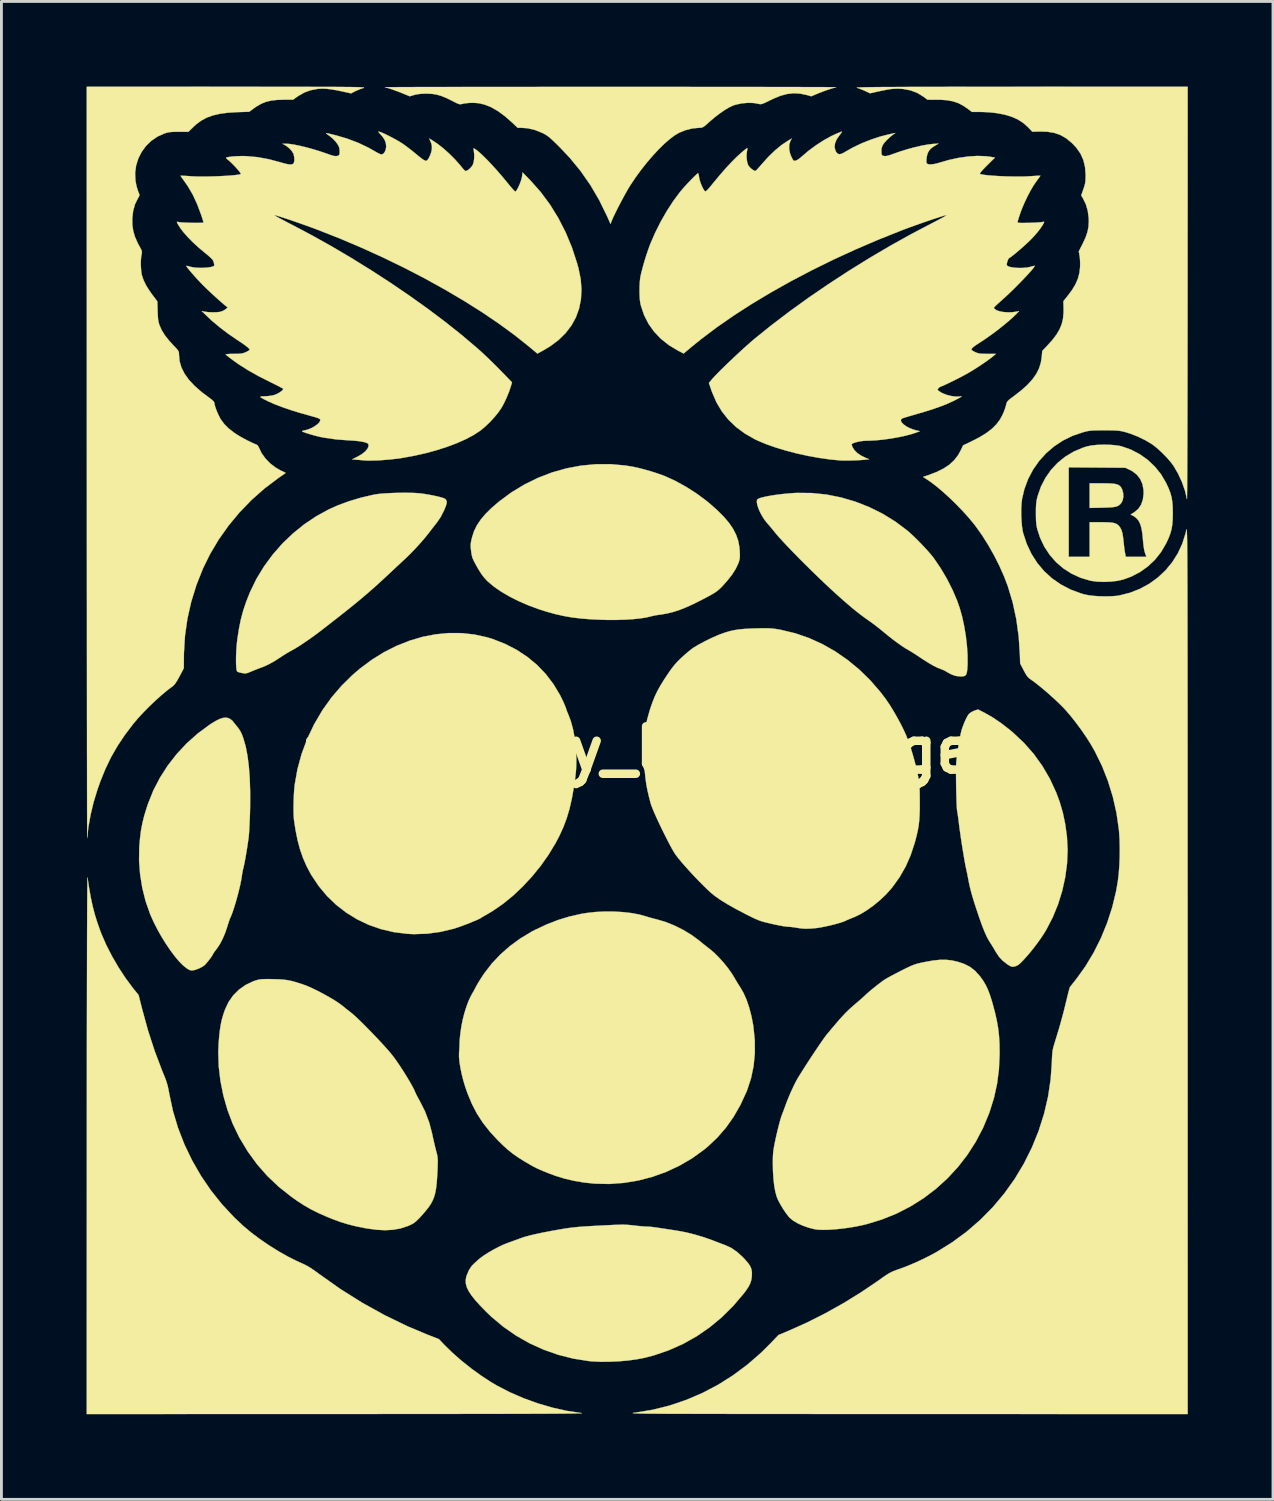
<source format=kicad_pcb>
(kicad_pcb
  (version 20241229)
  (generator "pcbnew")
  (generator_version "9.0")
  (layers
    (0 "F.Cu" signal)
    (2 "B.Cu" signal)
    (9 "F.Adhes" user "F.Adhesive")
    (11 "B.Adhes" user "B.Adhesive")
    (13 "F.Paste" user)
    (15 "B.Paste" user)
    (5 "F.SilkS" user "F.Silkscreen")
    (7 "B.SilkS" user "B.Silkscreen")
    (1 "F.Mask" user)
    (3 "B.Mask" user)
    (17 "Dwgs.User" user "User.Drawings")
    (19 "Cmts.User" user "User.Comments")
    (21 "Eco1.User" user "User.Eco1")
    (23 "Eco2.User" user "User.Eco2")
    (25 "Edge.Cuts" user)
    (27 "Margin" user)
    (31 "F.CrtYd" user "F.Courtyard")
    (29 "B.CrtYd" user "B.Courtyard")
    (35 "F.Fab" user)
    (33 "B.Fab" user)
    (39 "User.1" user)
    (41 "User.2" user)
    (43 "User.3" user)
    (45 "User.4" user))
  (footprint "raspberry_logo_large"
    (layer "F.Cu")
    (at 19.385 23.373)
    (property "Reference" "raspberry_logo_large" (at 0 0 0) (layer "F.SilkS") (effects (font (size 1.524 1.524) (thickness 0.3))))
    (attr through_hole)
    (fp_poly (pts (xy 16.389 -9.397) (xy 16.586 -9.395) (xy 16.739 -9.388) (xy 16.855 -9.374) (xy 16.94 -9.35) (xy 17.003 -9.315) (xy 17.05 -9.267) (xy 17.088 -9.202) (xy 17.098 -9.179) (xy 17.132 -9.058) (xy 17.139 -8.928) (xy 17.118 -8.806) (xy 17.074 -8.714) (xy 17.028 -8.659) (xy 16.979 -8.617) (xy 16.919 -8.587) (xy 16.839 -8.566) (xy 16.732 -8.552) (xy 16.591 -8.544) (xy 16.406 -8.538) (xy 16.402 -8.538) (xy 15.951 -8.529) (xy 15.951 -9.398) (xy 16.389 -9.397)) (stroke (width 0.01) (type solid)) (fill yes) (layer "F.SilkS"))
    (fp_poly (pts (xy -0.399 -10.023) (xy -0.127 -9.978) (xy 0.059 -9.938) (xy 0.274 -9.882) (xy 0.499 -9.818) (xy 0.717 -9.748) (xy 0.911 -9.68) (xy 0.991 -9.649) (xy 1.358 -9.481) (xy 1.731 -9.275) (xy 2.098 -9.041) (xy 2.442 -8.787) (xy 2.571 -8.681) (xy 2.839 -8.443) (xy 3.063 -8.219) (xy 3.245 -8.005) (xy 3.388 -7.797) (xy 3.495 -7.589) (xy 3.569 -7.379) (xy 3.612 -7.16) (xy 3.625 -7.01) (xy 3.63 -6.885) (xy 3.628 -6.793) (xy 3.619 -6.72) (xy 3.6 -6.648) (xy 3.573 -6.572) (xy 3.485 -6.385) (xy 3.36 -6.187) (xy 3.194 -5.975) (xy 3.011 -5.77) (xy 2.942 -5.7) (xy 2.876 -5.64) (xy 2.803 -5.583) (xy 2.717 -5.526) (xy 2.61 -5.463) (xy 2.473 -5.389) (xy 2.299 -5.298) (xy 2.273 -5.285) (xy 1.988 -5.142) (xy 1.734 -5.027) (xy 1.504 -4.936) (xy 1.288 -4.866) (xy 1.077 -4.813) (xy 0.863 -4.775) (xy 0.762 -4.762) (xy 0.652 -4.745) (xy 0.537 -4.72) (xy 0.495 -4.709) (xy 0.321 -4.668) (xy 0.103 -4.635) (xy -0.15 -4.609) (xy -0.432 -4.592) (xy -0.735 -4.583) (xy -1.052 -4.584) (xy -1.219 -4.588) (xy -1.605 -4.605) (xy -1.952 -4.632) (xy -2.272 -4.67) (xy -2.574 -4.722) (xy -2.872 -4.789) (xy -3.175 -4.873) (xy -3.439 -4.957) (xy -3.805 -5.091) (xy -4.153 -5.241) (xy -4.478 -5.404) (xy -4.773 -5.576) (xy -5.031 -5.754) (xy -5.246 -5.934) (xy -5.28 -5.967) (xy -5.388 -6.085) (xy -5.489 -6.221) (xy -5.593 -6.39) (xy -5.614 -6.426) (xy -5.688 -6.558) (xy -5.74 -6.658) (xy -5.777 -6.738) (xy -5.802 -6.81) (xy -5.819 -6.886) (xy -5.833 -6.98) (xy -5.842 -7.047) (xy -5.852 -7.145) (xy -5.854 -7.226) (xy -5.846 -7.306) (xy -5.827 -7.403) (xy -5.802 -7.504) (xy -5.734 -7.714) (xy -5.634 -7.917) (xy -5.499 -8.119) (xy -5.326 -8.323) (xy -5.112 -8.533) (xy -4.853 -8.755) (xy -4.851 -8.757) (xy -4.417 -9.078) (xy -3.959 -9.355) (xy -3.482 -9.589) (xy -2.989 -9.779) (xy -2.483 -9.922) (xy -1.968 -10.019) (xy -1.447 -10.069) (xy -0.923 -10.071) (xy -0.399 -10.023)) (stroke (width 0.01) (type solid)) (fill yes) (layer "F.SilkS"))
    (fp_poly (pts (xy -6.175 -4.119) (xy -5.723 -4.07) (xy -5.281 -3.973) (xy -5.078 -3.911) (xy -4.639 -3.739) (xy -4.231 -3.528) (xy -3.855 -3.28) (xy -3.513 -2.995) (xy -3.206 -2.675) (xy -2.937 -2.321) (xy -2.705 -1.934) (xy -2.592 -1.703) (xy -2.549 -1.603) (xy -2.514 -1.519) (xy -2.493 -1.464) (xy -2.489 -1.448) (xy -2.479 -1.414) (xy -2.454 -1.348) (xy -2.423 -1.277) (xy -2.327 -1.024) (xy -2.248 -0.734) (xy -2.188 -0.417) (xy -2.149 -0.083) (xy -2.132 0.257) (xy -2.131 0.33) (xy -2.133 0.487) (xy -2.137 0.628) (xy -2.147 0.764) (xy -2.162 0.909) (xy -2.184 1.076) (xy -2.213 1.277) (xy -2.22 1.321) (xy -2.29 1.714) (xy -2.371 2.069) (xy -2.469 2.397) (xy -2.586 2.71) (xy -2.727 3.02) (xy -2.869 3.29) (xy -3.112 3.69) (xy -3.387 4.08) (xy -3.691 4.453) (xy -4.016 4.804) (xy -4.356 5.126) (xy -4.707 5.413) (xy -5.061 5.658) (xy -5.231 5.76) (xy -5.332 5.818) (xy -5.418 5.868) (xy -5.478 5.904) (xy -5.5 5.919) (xy -5.543 5.944) (xy -5.625 5.982) (xy -5.735 6.029) (xy -5.866 6.083) (xy -6.007 6.138) (xy -6.149 6.191) (xy -6.282 6.239) (xy -6.398 6.278) (xy -6.452 6.295) (xy -6.918 6.406) (xy -7.388 6.47) (xy -7.856 6.486) (xy -8.095 6.474) (xy -8.562 6.415) (xy -9.013 6.309) (xy -9.443 6.159) (xy -9.852 5.965) (xy -10.235 5.729) (xy -10.591 5.454) (xy -10.916 5.141) (xy -11.208 4.791) (xy -11.465 4.406) (xy -11.49 4.363) (xy -11.637 4.086) (xy -11.761 3.801) (xy -11.866 3.499) (xy -11.953 3.171) (xy -12.025 2.81) (xy -12.079 2.451) (xy -12.089 2.336) (xy -12.094 2.183) (xy -12.095 2.004) (xy -12.091 1.811) (xy -12.084 1.616) (xy -12.073 1.432) (xy -12.059 1.271) (xy -12.052 1.216) (xy -11.956 0.673) (xy -11.81 0.138) (xy -11.616 -0.385) (xy -11.374 -0.896) (xy -11.085 -1.39) (xy -11.055 -1.435) (xy -10.752 -1.857) (xy -10.405 -2.261) (xy -10.023 -2.638) (xy -9.752 -2.871) (xy -9.337 -3.18) (xy -8.907 -3.447) (xy -8.464 -3.671) (xy -8.012 -3.85) (xy -7.554 -3.986) (xy -7.093 -4.076) (xy -6.632 -4.121) (xy -6.175 -4.119)) (stroke (width 0.01) (type solid)) (fill yes) (layer "F.SilkS"))
    (fp_poly (pts (xy 6.164 -9.054) (xy 6.68 -9.001) (xy 7.192 -8.899) (xy 7.695 -8.752) (xy 8.184 -8.56) (xy 8.656 -8.326) (xy 9.104 -8.05) (xy 9.512 -7.745) (xy 9.634 -7.64) (xy 9.774 -7.508) (xy 9.925 -7.359) (xy 10.077 -7.202) (xy 10.22 -7.048) (xy 10.345 -6.906) (xy 10.443 -6.785) (xy 10.459 -6.764) (xy 10.701 -6.409) (xy 10.924 -6.032) (xy 11.12 -5.645) (xy 11.284 -5.262) (xy 11.374 -5.004) (xy 11.459 -4.701) (xy 11.531 -4.369) (xy 11.589 -4.024) (xy 11.629 -3.679) (xy 11.651 -3.349) (xy 11.653 -3.047) (xy 11.651 -3.002) (xy 11.642 -2.849) (xy 11.627 -2.739) (xy 11.604 -2.665) (xy 11.567 -2.621) (xy 11.513 -2.599) (xy 11.436 -2.592) (xy 11.398 -2.592) (xy 11.232 -2.611) (xy 11.105 -2.655) (xy 11.017 -2.698) (xy 10.937 -2.742) (xy 10.902 -2.764) (xy 10.831 -2.804) (xy 10.745 -2.84) (xy 10.732 -2.845) (xy 10.604 -2.894) (xy 10.457 -2.966) (xy 10.285 -3.065) (xy 10.082 -3.193) (xy 9.995 -3.251) (xy 9.874 -3.332) (xy 9.76 -3.406) (xy 9.664 -3.466) (xy 9.596 -3.507) (xy 9.576 -3.518) (xy 9.478 -3.574) (xy 9.35 -3.657) (xy 9.204 -3.76) (xy 9.046 -3.876) (xy 8.887 -3.999) (xy 8.737 -4.122) (xy 8.717 -4.138) (xy 8.592 -4.242) (xy 8.456 -4.349) (xy 8.326 -4.449) (xy 8.217 -4.527) (xy 8.208 -4.534) (xy 8.043 -4.65) (xy 7.883 -4.768) (xy 7.719 -4.896) (xy 7.546 -5.039) (xy 7.354 -5.203) (xy 7.138 -5.394) (xy 7.023 -5.497) (xy 6.825 -5.678) (xy 6.614 -5.876) (xy 6.394 -6.086) (xy 6.17 -6.303) (xy 5.948 -6.523) (xy 5.731 -6.74) (xy 5.526 -6.949) (xy 5.336 -7.146) (xy 5.166 -7.327) (xy 5.021 -7.485) (xy 4.907 -7.617) (xy 4.859 -7.676) (xy 4.778 -7.775) (xy 4.684 -7.887) (xy 4.596 -7.989) (xy 4.594 -7.991) (xy 4.501 -8.108) (xy 4.417 -8.238) (xy 4.344 -8.374) (xy 4.286 -8.506) (xy 4.246 -8.628) (xy 4.227 -8.731) (xy 4.233 -8.806) (xy 4.253 -8.838) (xy 4.312 -8.868) (xy 4.414 -8.899) (xy 4.552 -8.931) (xy 4.719 -8.962) (xy 4.907 -8.991) (xy 5.108 -9.016) (xy 5.316 -9.037) (xy 5.522 -9.053) (xy 5.648 -9.059) (xy 6.164 -9.054)) (stroke (width 0.01) (type solid)) (fill yes) (layer "F.SilkS"))
    (fp_poly (pts (xy 12.24 -1.318) (xy 12.527 -1.155) (xy 12.833 -0.948) (xy 13.153 -0.699) (xy 13.25 -0.617) (xy 13.637 -0.254) (xy 13.983 0.139) (xy 14.288 0.563) (xy 14.552 1.017) (xy 14.775 1.5) (xy 14.899 1.834) (xy 15.008 2.208) (xy 15.092 2.612) (xy 15.152 3.05) (xy 15.177 3.517) (xy 15.156 3.996) (xy 15.092 4.48) (xy 14.986 4.961) (xy 14.84 5.432) (xy 14.655 5.886) (xy 14.433 6.315) (xy 14.345 6.462) (xy 14.243 6.617) (xy 14.125 6.782) (xy 13.998 6.951) (xy 13.867 7.115) (xy 13.738 7.266) (xy 13.619 7.398) (xy 13.516 7.502) (xy 13.436 7.57) (xy 13.364 7.607) (xy 13.283 7.631) (xy 13.23 7.634) (xy 13.179 7.622) (xy 13.114 7.588) (xy 13.038 7.538) (xy 12.886 7.418) (xy 12.761 7.284) (xy 12.649 7.117) (xy 12.624 7.074) (xy 12.566 6.974) (xy 12.504 6.872) (xy 12.463 6.809) (xy 12.389 6.689) (xy 12.315 6.548) (xy 12.241 6.38) (xy 12.161 6.177) (xy 12.074 5.934) (xy 12.047 5.855) (xy 11.958 5.589) (xy 11.885 5.364) (xy 11.826 5.171) (xy 11.778 5.002) (xy 11.739 4.849) (xy 11.707 4.706) (xy 11.684 4.589) (xy 11.661 4.466) (xy 11.638 4.352) (xy 11.619 4.262) (xy 11.61 4.221) (xy 11.592 4.14) (xy 11.568 4.019) (xy 11.54 3.864) (xy 11.51 3.685) (xy 11.478 3.491) (xy 11.446 3.29) (xy 11.416 3.091) (xy 11.389 2.902) (xy 11.366 2.734) (xy 11.354 2.642) (xy 11.336 2.495) (xy 11.319 2.364) (xy 11.304 2.258) (xy 11.293 2.186) (xy 11.287 2.159) (xy 11.28 2.115) (xy 11.273 2.028) (xy 11.267 1.906) (xy 11.261 1.755) (xy 11.256 1.584) (xy 11.252 1.401) (xy 11.248 1.212) (xy 11.246 1.025) (xy 11.245 0.849) (xy 11.245 0.69) (xy 11.247 0.557) (xy 11.251 0.456) (xy 11.254 0.419) (xy 11.27 0.268) (xy 11.293 0.097) (xy 11.321 -0.085) (xy 11.35 -0.265) (xy 11.381 -0.432) (xy 11.41 -0.576) (xy 11.436 -0.685) (xy 11.445 -0.716) (xy 11.497 -0.865) (xy 11.555 -1.008) (xy 11.614 -1.134) (xy 11.669 -1.23) (xy 11.704 -1.276) (xy 11.767 -1.325) (xy 11.854 -1.371) (xy 11.894 -1.387) (xy 12.02 -1.429) (xy 12.24 -1.318)) (stroke (width 0.01) (type solid)) (fill yes) (layer "F.SilkS"))
    (fp_poly (pts (xy -7.879 -9.059) (xy -7.718 -9.05) (xy -7.642 -9.043) (xy -7.487 -9.023) (xy -7.325 -8.996) (xy -7.168 -8.966) (xy -7.023 -8.934) (xy -6.899 -8.903) (xy -6.807 -8.874) (xy -6.755 -8.85) (xy -6.751 -8.847) (xy -6.714 -8.805) (xy -6.696 -8.757) (xy -6.7 -8.694) (xy -6.725 -8.607) (xy -6.773 -8.486) (xy -6.783 -8.46) (xy -6.909 -8.211) (xy -7.038 -8.023) (xy -7.128 -7.909) (xy -7.228 -7.779) (xy -7.32 -7.66) (xy -7.331 -7.645) (xy -7.463 -7.48) (xy -7.622 -7.296) (xy -7.794 -7.107) (xy -7.967 -6.927) (xy -8.129 -6.768) (xy -8.139 -6.759) (xy -8.217 -6.687) (xy -8.323 -6.588) (xy -8.451 -6.469) (xy -8.592 -6.337) (xy -8.738 -6.2) (xy -8.841 -6.104) (xy -9.037 -5.923) (xy -9.23 -5.748) (xy -9.425 -5.576) (xy -9.627 -5.403) (xy -9.841 -5.224) (xy -10.072 -5.036) (xy -10.326 -4.833) (xy -10.606 -4.613) (xy -10.918 -4.37) (xy -11.209 -4.145) (xy -11.36 -4.033) (xy -11.523 -3.916) (xy -11.689 -3.802) (xy -11.849 -3.695) (xy -11.992 -3.604) (xy -12.111 -3.535) (xy -12.159 -3.509) (xy -12.254 -3.457) (xy -12.37 -3.387) (xy -12.486 -3.314) (xy -12.516 -3.294) (xy -12.754 -3.14) (xy -12.968 -3.02) (xy -13.154 -2.935) (xy -13.2 -2.918) (xy -13.296 -2.883) (xy -13.416 -2.836) (xy -13.535 -2.788) (xy -13.554 -2.78) (xy -13.657 -2.737) (xy -13.729 -2.711) (xy -13.785 -2.7) (xy -13.841 -2.702) (xy -13.913 -2.714) (xy -13.943 -2.72) (xy -14.017 -2.739) (xy -14.071 -2.761) (xy -14.082 -2.769) (xy -14.099 -2.812) (xy -14.111 -2.898) (xy -14.118 -3.019) (xy -14.12 -3.165) (xy -14.118 -3.329) (xy -14.11 -3.503) (xy -14.098 -3.678) (xy -14.081 -3.847) (xy -14.072 -3.918) (xy -14.015 -4.281) (xy -13.948 -4.61) (xy -13.865 -4.919) (xy -13.762 -5.224) (xy -13.636 -5.542) (xy -13.627 -5.563) (xy -13.404 -6.023) (xy -13.137 -6.464) (xy -12.831 -6.881) (xy -12.489 -7.272) (xy -12.114 -7.631) (xy -11.712 -7.956) (xy -11.285 -8.241) (xy -10.838 -8.485) (xy -10.541 -8.617) (xy -10.139 -8.766) (xy -9.719 -8.891) (xy -9.304 -8.988) (xy -9.195 -9.009) (xy -9.067 -9.026) (xy -8.9 -9.04) (xy -8.706 -9.051) (xy -8.495 -9.059) (xy -8.279 -9.063) (xy -8.07 -9.063) (xy -7.879 -9.059)) (stroke (width 0.01) (type solid)) (fill yes) (layer "F.SilkS"))
    (fp_poly (pts (xy -14.356 -1.111) (xy -14.317 -1.087) (xy -14.263 -1.045) (xy -14.23 -1.013) (xy -14.228 -1.009) (xy -14.207 -0.979) (xy -14.164 -0.925) (xy -14.124 -0.878) (xy -14.034 -0.766) (xy -13.966 -0.66) (xy -13.909 -0.541) (xy -13.856 -0.394) (xy -13.777 -0.115) (xy -13.715 0.211) (xy -13.668 0.583) (xy -13.637 0.999) (xy -13.622 1.457) (xy -13.623 1.957) (xy -13.624 2.032) (xy -13.629 2.24) (xy -13.637 2.447) (xy -13.646 2.644) (xy -13.655 2.82) (xy -13.665 2.966) (xy -13.675 3.071) (xy -13.675 3.073) (xy -13.693 3.202) (xy -13.715 3.352) (xy -13.74 3.512) (xy -13.767 3.675) (xy -13.794 3.83) (xy -13.82 3.967) (xy -13.843 4.078) (xy -13.86 4.153) (xy -13.867 4.174) (xy -13.879 4.224) (xy -13.895 4.308) (xy -13.912 4.413) (xy -13.918 4.458) (xy -13.943 4.605) (xy -13.979 4.78) (xy -14.025 4.972) (xy -14.077 5.171) (xy -14.132 5.368) (xy -14.189 5.553) (xy -14.243 5.716) (xy -14.293 5.846) (xy -14.329 5.924) (xy -14.346 5.967) (xy -14.373 6.046) (xy -14.406 6.148) (xy -14.429 6.226) (xy -14.501 6.438) (xy -14.588 6.642) (xy -14.682 6.825) (xy -14.779 6.975) (xy -14.81 7.014) (xy -14.87 7.092) (xy -14.919 7.166) (xy -14.94 7.205) (xy -14.972 7.261) (xy -15.028 7.341) (xy -15.096 7.429) (xy -15.165 7.511) (xy -15.224 7.574) (xy -15.24 7.589) (xy -15.317 7.64) (xy -15.421 7.692) (xy -15.53 7.735) (xy -15.623 7.76) (xy -15.634 7.761) (xy -15.702 7.763) (xy -15.764 7.745) (xy -15.84 7.702) (xy -15.862 7.687) (xy -15.99 7.584) (xy -16.131 7.44) (xy -16.281 7.261) (xy -16.436 7.053) (xy -16.591 6.824) (xy -16.743 6.579) (xy -16.886 6.326) (xy -17.017 6.069) (xy -17.13 5.817) (xy -17.153 5.761) (xy -17.307 5.319) (xy -17.423 4.854) (xy -17.5 4.375) (xy -17.536 3.895) (xy -17.529 3.427) (xy -17.527 3.389) (xy -17.5 3.087) (xy -17.465 2.818) (xy -17.416 2.563) (xy -17.351 2.305) (xy -17.266 2.029) (xy -17.22 1.891) (xy -17.033 1.424) (xy -16.799 0.973) (xy -16.523 0.543) (xy -16.207 0.138) (xy -15.854 -0.239) (xy -15.467 -0.584) (xy -15.05 -0.892) (xy -15.009 -0.919) (xy -14.831 -1.028) (xy -14.682 -1.1) (xy -14.557 -1.137) (xy -14.45 -1.14) (xy -14.356 -1.111)) (stroke (width 0.01) (type solid)) (fill yes) (layer "F.SilkS"))
    (fp_poly (pts (xy -0.444 16.722) (xy -0.353 16.725) (xy -0.266 16.732) (xy -0.175 16.741) (xy -0.105 16.749) (xy 0.034 16.765) (xy 0.167 16.777) (xy 0.28 16.786) (xy 0.358 16.789) (xy 0.359 16.789) (xy 0.402 16.79) (xy 0.452 16.793) (xy 0.514 16.799) (xy 0.595 16.809) (xy 0.698 16.823) (xy 0.83 16.843) (xy 0.995 16.868) (xy 1.199 16.899) (xy 1.447 16.938) (xy 1.486 16.945) (xy 1.758 16.997) (xy 2.057 17.073) (xy 2.367 17.166) (xy 2.67 17.273) (xy 2.731 17.297) (xy 2.856 17.345) (xy 2.983 17.394) (xy 3.092 17.435) (xy 3.137 17.452) (xy 3.332 17.544) (xy 3.526 17.678) (xy 3.724 17.856) (xy 3.798 17.933) (xy 3.911 18.062) (xy 3.988 18.173) (xy 4.034 18.279) (xy 4.054 18.392) (xy 4.052 18.525) (xy 4.05 18.553) (xy 4.032 18.673) (xy 3.997 18.784) (xy 3.94 18.899) (xy 3.855 19.029) (xy 3.766 19.147) (xy 3.393 19.586) (xy 2.992 19.983) (xy 2.563 20.339) (xy 2.109 20.652) (xy 1.629 20.921) (xy 1.127 21.145) (xy 0.603 21.325) (xy 0.267 21.413) (xy -0.007 21.465) (xy -0.314 21.507) (xy -0.641 21.535) (xy -0.972 21.55) (xy -1.291 21.551) (xy -1.584 21.537) (xy -1.689 21.526) (xy -2.236 21.44) (xy -2.769 21.305) (xy -3.286 21.123) (xy -3.784 20.897) (xy -4.259 20.626) (xy -4.709 20.313) (xy -5.131 19.959) (xy -5.31 19.787) (xy -5.519 19.572) (xy -5.69 19.383) (xy -5.823 19.215) (xy -5.922 19.065) (xy -5.988 18.929) (xy -6.023 18.803) (xy -6.03 18.683) (xy -6.011 18.564) (xy -5.996 18.515) (xy -5.914 18.322) (xy -5.816 18.173) (xy -5.742 18.098) (xy -5.679 18.042) (xy -5.627 17.993) (xy -5.615 17.982) (xy -5.516 17.897) (xy -5.381 17.8) (xy -5.22 17.698) (xy -5.046 17.597) (xy -4.868 17.504) (xy -4.699 17.424) (xy -4.572 17.373) (xy -4.436 17.324) (xy -4.291 17.271) (xy -4.159 17.223) (xy -4.102 17.202) (xy -3.954 17.152) (xy -3.772 17.102) (xy -3.552 17.05) (xy -3.292 16.995) (xy -2.985 16.937) (xy -2.883 16.919) (xy -2.708 16.888) (xy -2.555 16.862) (xy -2.416 16.841) (xy -2.281 16.824) (xy -2.144 16.809) (xy -1.994 16.795) (xy -1.824 16.783) (xy -1.626 16.771) (xy -1.389 16.758) (xy -1.238 16.75) (xy -1.009 16.739) (xy -0.822 16.73) (xy -0.671 16.724) (xy -0.548 16.722) (xy -0.444 16.722)) (stroke (width 0.01) (type solid)) (fill yes) (layer "F.SilkS"))
    (fp_poly (pts (xy -19.296 4.859) (xy -19.237 5.195) (xy -19.171 5.502) (xy -19.096 5.79) (xy -19.009 6.07) (xy -18.909 6.353) (xy -18.859 6.484) (xy -18.693 6.865) (xy -18.491 7.259) (xy -18.263 7.652) (xy -18.015 8.03) (xy -17.756 8.38) (xy -17.7 8.45) (xy -17.552 8.632) (xy -17.425 9.136) (xy -17.219 9.886) (xy -16.985 10.605) (xy -16.727 11.286) (xy -16.684 11.392) (xy -16.617 11.555) (xy -16.569 11.691) (xy -16.531 11.819) (xy -16.5 11.958) (xy -16.472 12.109) (xy -16.343 12.714) (xy -16.165 13.309) (xy -15.94 13.889) (xy -15.67 14.452) (xy -15.358 14.995) (xy -15.005 15.514) (xy -14.613 16.005) (xy -14.183 16.466) (xy -13.862 16.768) (xy -13.59 16.996) (xy -13.285 17.225) (xy -12.96 17.448) (xy -12.627 17.656) (xy -12.297 17.843) (xy -11.982 18.001) (xy -11.857 18.057) (xy -11.727 18.116) (xy -11.611 18.175) (xy -11.497 18.244) (xy -11.37 18.329) (xy -11.22 18.438) (xy -11.196 18.456) (xy -10.446 18.987) (xy -9.676 19.471) (xy -8.889 19.907) (xy -8.086 20.297) (xy -7.404 20.584) (xy -6.972 20.754) (xy -6.782 20.954) (xy -6.501 21.229) (xy -6.184 21.508) (xy -5.843 21.78) (xy -5.492 22.035) (xy -5.142 22.264) (xy -4.94 22.384) (xy -4.481 22.622) (xy -3.993 22.834) (xy -3.487 23.017) (xy -2.974 23.167) (xy -2.465 23.281) (xy -1.971 23.354) (xy -1.956 23.356) (xy -1.937 23.359) (xy -1.937 23.362) (xy -1.958 23.364) (xy -2 23.367) (xy -2.065 23.369) (xy -2.155 23.371) (xy -2.27 23.373) (xy -2.412 23.375) (xy -2.582 23.376) (xy -2.781 23.378) (xy -3.011 23.379) (xy -3.273 23.381) (xy -3.569 23.382) (xy -3.899 23.383) (xy -4.265 23.384) (xy -4.668 23.385) (xy -5.11 23.386) (xy -5.592 23.387) (xy -6.115 23.387) (xy -6.68 23.388) (xy -7.289 23.388) (xy -7.943 23.389) (xy -8.644 23.389) (xy -9.392 23.39) (xy -10.189 23.39) (xy -10.522 23.39) (xy -19.38 23.393) (xy -19.377 13.862) (xy -19.377 13.171) (xy -19.376 12.493) (xy -19.376 11.832) (xy -19.375 11.187) (xy -19.375 10.561) (xy -19.374 9.956) (xy -19.373 9.373) (xy -19.372 8.815) (xy -19.371 8.282) (xy -19.37 7.776) (xy -19.369 7.3) (xy -19.368 6.855) (xy -19.367 6.443) (xy -19.365 6.065) (xy -19.364 5.723) (xy -19.363 5.419) (xy -19.361 5.154) (xy -19.36 4.931) (xy -19.358 4.75) (xy -19.357 4.615) (xy -19.355 4.526) (xy -19.354 4.485) (xy -19.353 4.483) (xy -19.296 4.859)) (stroke (width 0.01) (type solid)) (fill yes) (layer "F.SilkS"))
    (fp_poly (pts (xy 16.637 -10.755) (xy 16.839 -10.74) (xy 17.014 -10.714) (xy 17.081 -10.698) (xy 17.409 -10.582) (xy 17.716 -10.422) (xy 17.997 -10.223) (xy 18.247 -9.987) (xy 18.463 -9.72) (xy 18.638 -9.424) (xy 18.645 -9.411) (xy 18.731 -9.226) (xy 18.794 -9.063) (xy 18.837 -8.908) (xy 18.864 -8.744) (xy 18.878 -8.559) (xy 18.882 -8.344) (xy 18.878 -8.124) (xy 18.863 -7.939) (xy 18.836 -7.776) (xy 18.792 -7.62) (xy 18.729 -7.457) (xy 18.645 -7.277) (xy 18.469 -6.976) (xy 18.254 -6.706) (xy 18.004 -6.469) (xy 17.722 -6.268) (xy 17.413 -6.108) (xy 17.131 -6.006) (xy 16.927 -5.96) (xy 16.695 -5.933) (xy 16.451 -5.923) (xy 16.214 -5.932) (xy 16.002 -5.961) (xy 15.977 -5.966) (xy 15.636 -6.067) (xy 15.32 -6.211) (xy 15.031 -6.395) (xy 14.772 -6.617) (xy 14.605 -6.807) (xy 15.215 -6.807) (xy 15.951 -6.807) (xy 15.951 -8.026) (xy 16.339 -8.026) (xy 16.523 -8.024) (xy 16.664 -8.018) (xy 16.771 -8.006) (xy 16.851 -7.986) (xy 16.912 -7.958) (xy 16.961 -7.918) (xy 16.974 -7.906) (xy 17.03 -7.835) (xy 17.073 -7.75) (xy 17.105 -7.643) (xy 17.129 -7.502) (xy 17.145 -7.363) (xy 17.159 -7.231) (xy 17.174 -7.103) (xy 17.189 -6.995) (xy 17.199 -6.941) (xy 17.225 -6.807) (xy 17.953 -6.807) (xy 17.905 -6.935) (xy 17.877 -7.036) (xy 17.853 -7.18) (xy 17.834 -7.362) (xy 17.831 -7.398) (xy 17.809 -7.627) (xy 17.778 -7.813) (xy 17.735 -7.96) (xy 17.679 -8.075) (xy 17.605 -8.164) (xy 17.513 -8.235) (xy 17.467 -8.26) (xy 17.396 -8.296) (xy 17.524 -8.376) (xy 17.662 -8.491) (xy 17.763 -8.639) (xy 17.827 -8.82) (xy 17.853 -9.029) (xy 17.851 -9.156) (xy 17.814 -9.364) (xy 17.735 -9.547) (xy 17.614 -9.702) (xy 17.454 -9.825) (xy 17.367 -9.871) (xy 17.209 -9.944) (xy 15.215 -9.959) (xy 15.215 -6.807) (xy 14.605 -6.807) (xy 14.547 -6.873) (xy 14.357 -7.161) (xy 14.207 -7.478) (xy 14.118 -7.747) (xy 14.093 -7.845) (xy 14.077 -7.938) (xy 14.066 -8.039) (xy 14.061 -8.162) (xy 14.059 -8.32) (xy 14.059 -8.344) (xy 14.06 -8.508) (xy 14.065 -8.634) (xy 14.075 -8.737) (xy 14.091 -8.83) (xy 14.114 -8.927) (xy 14.118 -8.941) (xy 14.235 -9.277) (xy 14.395 -9.589) (xy 14.594 -9.871) (xy 14.829 -10.122) (xy 15.097 -10.338) (xy 15.395 -10.516) (xy 15.72 -10.653) (xy 15.868 -10.699) (xy 16.024 -10.73) (xy 16.214 -10.75) (xy 16.424 -10.758) (xy 16.637 -10.755)) (stroke (width 0.01) (type solid)) (fill yes) (layer "F.SilkS"))
    (fp_poly (pts (xy -0.809 5.69) (xy -0.488 5.709) (xy -0.184 5.744) (xy 0.093 5.796) (xy 0.33 5.863) (xy 0.42 5.891) (xy 0.539 5.924) (xy 0.665 5.957) (xy 0.708 5.967) (xy 1.01 6.056) (xy 1.322 6.181) (xy 1.632 6.336) (xy 1.925 6.513) (xy 2.186 6.704) (xy 2.239 6.748) (xy 2.31 6.807) (xy 2.405 6.883) (xy 2.511 6.965) (xy 2.567 7.008) (xy 2.722 7.139) (xy 2.888 7.304) (xy 3.054 7.488) (xy 3.209 7.68) (xy 3.342 7.866) (xy 3.414 7.982) (xy 3.481 8.098) (xy 3.55 8.213) (xy 3.611 8.31) (xy 3.637 8.348) (xy 3.755 8.551) (xy 3.864 8.795) (xy 3.959 9.075) (xy 4.039 9.381) (xy 4.101 9.705) (xy 4.106 9.741) (xy 4.155 10.218) (xy 4.157 10.682) (xy 4.113 11.132) (xy 4.023 11.564) (xy 3.888 11.976) (xy 3.862 12.04) (xy 3.65 12.5) (xy 3.41 12.919) (xy 3.14 13.302) (xy 2.838 13.65) (xy 2.501 13.969) (xy 2.362 14.083) (xy 1.945 14.384) (xy 1.501 14.643) (xy 1.035 14.861) (xy 0.55 15.035) (xy 0.052 15.165) (xy -0.456 15.249) (xy -0.968 15.287) (xy -1.48 15.276) (xy -1.846 15.238) (xy -2.21 15.177) (xy -2.544 15.099) (xy -2.871 14.998) (xy -3.086 14.918) (xy -3.264 14.847) (xy -3.407 14.787) (xy -3.531 14.73) (xy -3.648 14.671) (xy -3.773 14.601) (xy -3.918 14.515) (xy -3.947 14.499) (xy -4.167 14.361) (xy -4.357 14.229) (xy -4.533 14.09) (xy -4.708 13.934) (xy -4.898 13.747) (xy -4.902 13.743) (xy -5.186 13.434) (xy -5.428 13.125) (xy -5.635 12.805) (xy -5.812 12.463) (xy -5.967 12.089) (xy -6.045 11.866) (xy -6.111 11.646) (xy -6.168 11.421) (xy -6.214 11.202) (xy -6.246 10.998) (xy -6.264 10.819) (xy -6.264 10.675) (xy -6.263 10.655) (xy -6.254 10.548) (xy -6.248 10.419) (xy -6.245 10.312) (xy -6.24 10.215) (xy -6.228 10.084) (xy -6.21 9.934) (xy -6.188 9.782) (xy -6.184 9.754) (xy -6.139 9.522) (xy -6.08 9.286) (xy -6.009 9.058) (xy -5.932 8.85) (xy -5.852 8.675) (xy -5.816 8.611) (xy -5.757 8.507) (xy -5.693 8.389) (xy -5.657 8.319) (xy -5.614 8.241) (xy -5.549 8.135) (xy -5.472 8.013) (xy -5.388 7.887) (xy -5.37 7.86) (xy -5.109 7.522) (xy -4.806 7.201) (xy -4.467 6.903) (xy -4.099 6.634) (xy -3.709 6.4) (xy -3.597 6.341) (xy -3.18 6.145) (xy -2.779 5.989) (xy -2.381 5.867) (xy -1.975 5.775) (xy -1.765 5.74) (xy -1.458 5.705) (xy -1.136 5.689) (xy -0.809 5.69)) (stroke (width 0.01) (type solid)) (fill yes) (layer "F.SilkS"))
    (fp_poly (pts (xy -12.898 8.07) (xy -12.846 8.071) (xy -12.641 8.076) (xy -12.47 8.086) (xy -12.317 8.105) (xy -12.168 8.135) (xy -12.008 8.178) (xy -11.822 8.238) (xy -11.735 8.267) (xy -11.586 8.325) (xy -11.411 8.403) (xy -11.22 8.497) (xy -11.024 8.601) (xy -10.831 8.709) (xy -10.653 8.815) (xy -10.5 8.915) (xy -10.381 9.002) (xy -10.363 9.017) (xy -10.266 9.097) (xy -10.157 9.182) (xy -10.084 9.238) (xy -10.007 9.301) (xy -9.902 9.395) (xy -9.775 9.516) (xy -9.631 9.657) (xy -9.477 9.813) (xy -9.317 9.977) (xy -9.158 10.143) (xy -9.005 10.307) (xy -8.864 10.461) (xy -8.741 10.6) (xy -8.641 10.719) (xy -8.631 10.732) (xy -8.536 10.855) (xy -8.43 11.005) (xy -8.317 11.173) (xy -8.203 11.35) (xy -8.093 11.527) (xy -7.993 11.696) (xy -7.908 11.847) (xy -7.843 11.972) (xy -7.814 12.04) (xy -7.779 12.117) (xy -7.728 12.218) (xy -7.67 12.324) (xy -7.658 12.344) (xy -7.464 12.726) (xy -7.312 13.13) (xy -7.213 13.508) (xy -7.18 13.665) (xy -7.142 13.83) (xy -7.106 13.983) (xy -7.075 14.106) (xy -7.071 14.122) (xy -7.045 14.219) (xy -7.028 14.299) (xy -7.018 14.375) (xy -7.013 14.461) (xy -7.014 14.569) (xy -7.019 14.712) (xy -7.02 14.757) (xy -7.034 15.03) (xy -7.051 15.259) (xy -7.074 15.451) (xy -7.105 15.614) (xy -7.145 15.754) (xy -7.197 15.879) (xy -7.26 15.995) (xy -7.339 16.11) (xy -7.354 16.13) (xy -7.446 16.245) (xy -7.552 16.369) (xy -7.654 16.481) (xy -7.689 16.516) (xy -7.781 16.604) (xy -7.859 16.666) (xy -7.944 16.714) (xy -8.052 16.762) (xy -8.096 16.779) (xy -8.337 16.856) (xy -8.593 16.901) (xy -8.87 16.916) (xy -9.173 16.9) (xy -9.51 16.854) (xy -9.601 16.838) (xy -9.903 16.776) (xy -10.174 16.708) (xy -10.435 16.628) (xy -10.705 16.53) (xy -10.922 16.441) (xy -11.209 16.315) (xy -11.466 16.187) (xy -11.707 16.05) (xy -11.952 15.892) (xy -12.179 15.732) (xy -12.619 15.383) (xy -13.018 15.004) (xy -13.379 14.593) (xy -13.704 14.147) (xy -13.995 13.664) (xy -14.022 13.614) (xy -14.24 13.159) (xy -14.422 12.676) (xy -14.565 12.175) (xy -14.668 11.663) (xy -14.729 11.15) (xy -14.746 10.643) (xy -14.733 10.338) (xy -14.712 10.075) (xy -14.687 9.852) (xy -14.655 9.656) (xy -14.615 9.477) (xy -14.564 9.304) (xy -14.509 9.145) (xy -14.384 8.879) (xy -14.22 8.644) (xy -14.018 8.442) (xy -13.783 8.276) (xy -13.517 8.149) (xy -13.449 8.125) (xy -13.378 8.103) (xy -13.314 8.087) (xy -13.244 8.077) (xy -13.158 8.071) (xy -13.047 8.069) (xy -12.898 8.07)) (stroke (width 0.01) (type solid)) (fill yes) (layer "F.SilkS"))
    (fp_poly (pts (xy 11.093 7.411) (xy 11.299 7.457) (xy 11.517 7.529) (xy 11.528 7.534) (xy 11.73 7.634) (xy 11.916 7.778) (xy 12.088 7.969) (xy 12.1 7.984) (xy 12.203 8.129) (xy 12.29 8.275) (xy 12.366 8.436) (xy 12.437 8.621) (xy 12.507 8.842) (xy 12.532 8.928) (xy 12.617 9.244) (xy 12.681 9.529) (xy 12.728 9.797) (xy 12.759 10.064) (xy 12.776 10.344) (xy 12.78 10.652) (xy 12.78 10.732) (xy 12.756 11.254) (xy 12.691 11.756) (xy 12.584 12.246) (xy 12.431 12.737) (xy 12.409 12.8) (xy 12.195 13.315) (xy 11.938 13.804) (xy 11.641 14.266) (xy 11.306 14.697) (xy 10.935 15.097) (xy 10.532 15.462) (xy 10.098 15.791) (xy 9.636 16.081) (xy 9.147 16.331) (xy 8.635 16.538) (xy 8.102 16.701) (xy 7.954 16.737) (xy 7.719 16.786) (xy 7.473 16.827) (xy 7.225 16.86) (xy 6.982 16.885) (xy 6.754 16.9) (xy 6.551 16.904) (xy 6.379 16.897) (xy 6.261 16.881) (xy 6.048 16.826) (xy 5.844 16.754) (xy 5.66 16.67) (xy 5.505 16.577) (xy 5.388 16.481) (xy 5.365 16.457) (xy 5.257 16.319) (xy 5.15 16.161) (xy 5.052 15.997) (xy 4.972 15.844) (xy 4.927 15.735) (xy 4.879 15.561) (xy 4.84 15.344) (xy 4.812 15.092) (xy 4.795 14.813) (xy 4.791 14.514) (xy 4.791 14.503) (xy 4.793 14.376) (xy 4.797 14.268) (xy 4.805 14.168) (xy 4.818 14.066) (xy 4.838 13.95) (xy 4.866 13.809) (xy 4.904 13.631) (xy 4.913 13.592) (xy 4.953 13.418) (xy 4.995 13.248) (xy 5.036 13.093) (xy 5.074 12.963) (xy 5.105 12.869) (xy 5.11 12.856) (xy 5.157 12.736) (xy 5.205 12.607) (xy 5.245 12.497) (xy 5.245 12.497) (xy 5.3 12.35) (xy 5.369 12.183) (xy 5.445 12.008) (xy 5.523 11.84) (xy 5.597 11.692) (xy 5.661 11.575) (xy 5.669 11.561) (xy 5.775 11.39) (xy 5.892 11.205) (xy 6.015 11.013) (xy 6.141 10.82) (xy 6.265 10.633) (xy 6.382 10.459) (xy 6.488 10.303) (xy 6.579 10.173) (xy 6.65 10.075) (xy 6.685 10.03) (xy 6.859 9.821) (xy 7.006 9.647) (xy 7.132 9.501) (xy 7.243 9.378) (xy 7.342 9.272) (xy 7.436 9.179) (xy 7.53 9.091) (xy 7.629 9.004) (xy 7.667 8.971) (xy 7.781 8.874) (xy 7.886 8.783) (xy 7.974 8.705) (xy 8.036 8.648) (xy 8.058 8.626) (xy 8.118 8.57) (xy 8.208 8.492) (xy 8.318 8.402) (xy 8.436 8.307) (xy 8.553 8.217) (xy 8.656 8.139) (xy 8.726 8.091) (xy 8.789 8.053) (xy 8.888 7.997) (xy 9.013 7.929) (xy 9.155 7.855) (xy 9.304 7.778) (xy 9.31 7.775) (xy 9.468 7.696) (xy 9.592 7.636) (xy 9.693 7.591) (xy 9.783 7.557) (xy 9.872 7.529) (xy 9.973 7.504) (xy 10.097 7.478) (xy 10.16 7.465) (xy 10.433 7.416) (xy 10.672 7.391) (xy 10.888 7.389) (xy 11.093 7.411)) (stroke (width 0.01) (type solid)) (fill yes) (layer "F.SilkS"))
    (fp_poly (pts (xy -0.293 -23.362) (xy 0.327 -23.362) (xy 0.931 -23.362) (xy 1.519 -23.362) (xy 2.087 -23.361) (xy 2.634 -23.361) (xy 3.158 -23.36) (xy 3.658 -23.36) (xy 4.13 -23.36) (xy 4.574 -23.359) (xy 4.987 -23.358) (xy 5.368 -23.358) (xy 5.714 -23.357) (xy 6.024 -23.356) (xy 6.296 -23.356) (xy 6.528 -23.355) (xy 6.717 -23.354) (xy 6.863 -23.353) (xy 6.963 -23.352) (xy 7.015 -23.351) (xy 7.023 -23.351) (xy 6.933 -23.326) (xy 6.81 -23.288) (xy 6.67 -23.24) (xy 6.528 -23.189) (xy 6.399 -23.138) (xy 6.356 -23.12) (xy 6.146 -23.031) (xy 5.988 -23.076) (xy 5.753 -23.125) (xy 5.526 -23.138) (xy 5.298 -23.113) (xy 5.06 -23.049) (xy 4.805 -22.944) (xy 4.716 -22.901) (xy 4.584 -22.836) (xy 4.488 -22.791) (xy 4.42 -22.765) (xy 4.371 -22.754) (xy 4.332 -22.755) (xy 4.315 -22.759) (xy 4.126 -22.794) (xy 3.913 -22.801) (xy 3.692 -22.781) (xy 3.48 -22.735) (xy 3.389 -22.705) (xy 3.257 -22.643) (xy 3.1 -22.55) (xy 2.927 -22.431) (xy 2.748 -22.294) (xy 2.571 -22.144) (xy 2.565 -22.139) (xy 2.466 -22.049) (xy 2.394 -21.989) (xy 2.341 -21.951) (xy 2.296 -21.931) (xy 2.251 -21.922) (xy 2.195 -21.92) (xy 2.184 -21.92) (xy 1.952 -21.898) (xy 1.711 -21.836) (xy 1.485 -21.745) (xy 1.328 -21.651) (xy 1.151 -21.517) (xy 0.959 -21.349) (xy 0.758 -21.151) (xy 0.552 -20.928) (xy 0.345 -20.686) (xy 0.143 -20.43) (xy -0.05 -20.165) (xy -0.23 -19.895) (xy -0.253 -19.859) (xy -0.323 -19.742) (xy -0.406 -19.595) (xy -0.497 -19.428) (xy -0.59 -19.253) (xy -0.68 -19.079) (xy -0.761 -18.916) (xy -0.828 -18.776) (xy -0.875 -18.668) (xy -0.879 -18.659) (xy -0.928 -18.535) (xy -1.051 -18.812) (xy -1.327 -19.376) (xy -1.636 -19.903) (xy -1.981 -20.399) (xy -2.367 -20.868) (xy -2.691 -21.211) (xy -2.829 -21.349) (xy -2.939 -21.455) (xy -3.027 -21.537) (xy -3.1 -21.599) (xy -3.165 -21.647) (xy -3.228 -21.687) (xy -3.297 -21.724) (xy -3.327 -21.739) (xy -3.584 -21.842) (xy -3.843 -21.904) (xy -4.048 -21.92) (xy -4.198 -21.92) (xy -4.386 -22.099) (xy -4.646 -22.328) (xy -4.894 -22.51) (xy -5.132 -22.647) (xy -5.365 -22.739) (xy -5.564 -22.786) (xy -5.726 -22.8) (xy -5.9 -22.798) (xy -6.065 -22.781) (xy -6.172 -22.758) (xy -6.212 -22.751) (xy -6.256 -22.756) (xy -6.314 -22.775) (xy -6.396 -22.813) (xy -6.51 -22.872) (xy -6.713 -22.972) (xy -6.89 -23.044) (xy -7.054 -23.091) (xy -7.218 -23.117) (xy -7.397 -23.125) (xy -7.417 -23.126) (xy -7.615 -23.118) (xy -7.775 -23.095) (xy -7.842 -23.078) (xy -8 -23.031) (xy -8.248 -23.133) (xy -8.406 -23.195) (xy -8.565 -23.253) (xy -8.711 -23.303) (xy -8.83 -23.339) (xy -8.877 -23.351) (xy -8.856 -23.352) (xy -8.786 -23.353) (xy -8.669 -23.353) (xy -8.507 -23.354) (xy -8.302 -23.355) (xy -8.056 -23.356) (xy -7.77 -23.357) (xy -7.446 -23.357) (xy -7.087 -23.358) (xy -6.695 -23.359) (xy -6.27 -23.359) (xy -5.816 -23.36) (xy -5.333 -23.36) (xy -4.825 -23.361) (xy -4.292 -23.361) (xy -3.737 -23.361) (xy -3.161 -23.362) (xy -2.567 -23.362) (xy -1.957 -23.362) (xy -1.332 -23.362) (xy -0.927 -23.362) (xy -0.293 -23.362)) (stroke (width 0.01) (type solid)) (fill yes) (layer "F.SilkS"))
    (fp_poly (pts (xy 4.658 -4.288) (xy 4.758 -4.282) (xy 4.855 -4.271) (xy 4.959 -4.255) (xy 5.084 -4.232) (xy 5.093 -4.23) (xy 5.585 -4.112) (xy 6.068 -3.945) (xy 6.538 -3.731) (xy 6.991 -3.474) (xy 7.426 -3.173) (xy 7.838 -2.833) (xy 8.226 -2.454) (xy 8.585 -2.039) (xy 8.773 -1.791) (xy 8.897 -1.609) (xy 9.03 -1.394) (xy 9.164 -1.162) (xy 9.292 -0.926) (xy 9.404 -0.702) (xy 9.488 -0.516) (xy 9.571 -0.301) (xy 9.656 -0.05) (xy 9.738 0.221) (xy 9.813 0.499) (xy 9.876 0.767) (xy 9.897 0.864) (xy 9.919 0.978) (xy 9.936 1.079) (xy 9.948 1.174) (xy 9.957 1.275) (xy 9.962 1.392) (xy 9.966 1.535) (xy 9.967 1.713) (xy 9.968 1.816) (xy 9.967 2.071) (xy 9.961 2.287) (xy 9.949 2.475) (xy 9.93 2.648) (xy 9.901 2.817) (xy 9.862 2.993) (xy 9.812 3.188) (xy 9.787 3.277) (xy 9.646 3.706) (xy 9.472 4.101) (xy 9.262 4.47) (xy 9.011 4.821) (xy 8.961 4.883) (xy 8.776 5.089) (xy 8.564 5.29) (xy 8.336 5.478) (xy 8.1 5.646) (xy 7.868 5.786) (xy 7.648 5.891) (xy 7.611 5.905) (xy 7.508 5.946) (xy 7.409 5.988) (xy 7.341 6.02) (xy 7.259 6.053) (xy 7.138 6.092) (xy 6.99 6.134) (xy 6.827 6.175) (xy 6.66 6.212) (xy 6.501 6.244) (xy 6.361 6.267) (xy 6.319 6.272) (xy 6.124 6.29) (xy 5.96 6.295) (xy 5.812 6.287) (xy 5.662 6.266) (xy 5.626 6.26) (xy 5.513 6.242) (xy 5.397 6.229) (xy 5.318 6.225) (xy 5.249 6.218) (xy 5.143 6.202) (xy 5.01 6.177) (xy 4.861 6.147) (xy 4.746 6.121) (xy 4.597 6.086) (xy 4.477 6.056) (xy 4.376 6.026) (xy 4.282 5.993) (xy 4.183 5.951) (xy 4.07 5.898) (xy 3.929 5.828) (xy 3.823 5.774) (xy 3.487 5.598) (xy 3.198 5.435) (xy 2.953 5.284) (xy 2.752 5.144) (xy 2.72 5.119) (xy 2.615 5.032) (xy 2.487 4.915) (xy 2.343 4.774) (xy 2.187 4.617) (xy 2.027 4.451) (xy 1.869 4.28) (xy 1.718 4.113) (xy 1.581 3.956) (xy 1.464 3.815) (xy 1.374 3.698) (xy 1.326 3.627) (xy 1.251 3.5) (xy 1.165 3.343) (xy 1.072 3.164) (xy 0.974 2.971) (xy 0.875 2.77) (xy 0.78 2.571) (xy 0.692 2.381) (xy 0.614 2.206) (xy 0.551 2.056) (xy 0.506 1.938) (xy 0.488 1.88) (xy 0.423 1.63) (xy 0.372 1.409) (xy 0.333 1.199) (xy 0.303 0.984) (xy 0.279 0.747) (xy 0.263 0.546) (xy 0.244 0.174) (xy 0.243 -0.162) (xy 0.261 -0.473) (xy 0.3 -0.77) (xy 0.361 -1.066) (xy 0.446 -1.372) (xy 0.486 -1.498) (xy 0.559 -1.706) (xy 0.636 -1.895) (xy 0.724 -2.078) (xy 0.828 -2.266) (xy 0.955 -2.472) (xy 1.06 -2.632) (xy 1.167 -2.789) (xy 1.259 -2.914) (xy 1.345 -3.02) (xy 1.435 -3.119) (xy 1.541 -3.222) (xy 1.587 -3.266) (xy 1.696 -3.365) (xy 1.805 -3.458) (xy 1.903 -3.538) (xy 1.977 -3.593) (xy 1.99 -3.602) (xy 2.184 -3.718) (xy 2.409 -3.838) (xy 2.643 -3.952) (xy 2.869 -4.051) (xy 2.921 -4.072) (xy 3.096 -4.135) (xy 3.262 -4.185) (xy 3.43 -4.223) (xy 3.611 -4.251) (xy 3.815 -4.269) (xy 4.053 -4.281) (xy 4.216 -4.286) (xy 4.399 -4.29) (xy 4.542 -4.291) (xy 4.658 -4.288)) (stroke (width 0.01) (type solid)) (fill yes) (layer "F.SilkS"))
    (fp_poly (pts (xy -14.434 -23.366) (xy -13.845 -23.366) (xy -13.304 -23.366) (xy -12.811 -23.365) (xy -12.362 -23.365) (xy -11.956 -23.365) (xy -11.591 -23.364) (xy -11.264 -23.363) (xy -10.974 -23.363) (xy -10.718 -23.362) (xy -10.495 -23.361) (xy -10.303 -23.359) (xy -10.139 -23.358) (xy -10.001 -23.356) (xy -9.888 -23.354) (xy -9.797 -23.352) (xy -9.727 -23.349) (xy -9.675 -23.346) (xy -9.639 -23.343) (xy -9.618 -23.339) (xy -9.609 -23.335) (xy -9.61 -23.331) (xy -9.62 -23.326) (xy -9.635 -23.321) (xy -9.639 -23.32) (xy -9.752 -23.282) (xy -9.871 -23.233) (xy -9.929 -23.205) (xy -10.067 -23.134) (xy -10.374 -23.201) (xy -10.601 -23.248) (xy -10.791 -23.279) (xy -10.95 -23.297) (xy -11.09 -23.301) (xy -11.219 -23.294) (xy -11.252 -23.29) (xy -11.495 -23.244) (xy -11.711 -23.165) (xy -11.919 -23.047) (xy -11.992 -22.997) (xy -12.11 -22.911) (xy -12.439 -22.911) (xy -12.684 -22.903) (xy -12.891 -22.878) (xy -13.074 -22.833) (xy -13.242 -22.763) (xy -13.409 -22.665) (xy -13.502 -22.6) (xy -13.655 -22.486) (xy -14.086 -22.472) (xy -14.411 -22.452) (xy -14.693 -22.414) (xy -14.94 -22.356) (xy -15.156 -22.277) (xy -15.348 -22.173) (xy -15.523 -22.044) (xy -15.612 -21.962) (xy -15.797 -21.78) (xy -16.135 -21.78) (xy -16.284 -21.779) (xy -16.396 -21.774) (xy -16.484 -21.764) (xy -16.562 -21.747) (xy -16.642 -21.722) (xy -16.888 -21.611) (xy -17.106 -21.462) (xy -17.294 -21.279) (xy -17.447 -21.068) (xy -17.564 -20.836) (xy -17.641 -20.586) (xy -17.675 -20.325) (xy -17.663 -20.059) (xy -17.629 -19.88) (xy -17.6 -19.777) (xy -17.57 -19.685) (xy -17.545 -19.622) (xy -17.543 -19.618) (xy -17.524 -19.573) (xy -17.525 -19.534) (xy -17.549 -19.481) (xy -17.578 -19.433) (xy -17.68 -19.224) (xy -17.745 -18.989) (xy -17.774 -18.731) (xy -17.772 -18.503) (xy -17.742 -18.291) (xy -17.681 -18.082) (xy -17.584 -17.861) (xy -17.509 -17.722) (xy -17.463 -17.637) (xy -17.44 -17.578) (xy -17.435 -17.529) (xy -17.445 -17.472) (xy -17.448 -17.459) (xy -17.465 -17.349) (xy -17.474 -17.208) (xy -17.473 -17.052) (xy -17.463 -16.9) (xy -17.446 -16.77) (xy -17.436 -16.726) (xy -17.377 -16.552) (xy -17.289 -16.371) (xy -17.166 -16.175) (xy -17.066 -16.036) (xy -16.891 -15.803) (xy -16.882 -15.464) (xy -16.876 -15.308) (xy -16.867 -15.188) (xy -16.853 -15.094) (xy -16.831 -15.011) (xy -16.817 -14.968) (xy -16.738 -14.791) (xy -16.628 -14.613) (xy -16.481 -14.426) (xy -16.345 -14.278) (xy -16.255 -14.183) (xy -16.194 -14.116) (xy -16.157 -14.066) (xy -16.137 -14.023) (xy -16.13 -13.979) (xy -16.129 -13.923) (xy -16.129 -13.92) (xy -16.108 -13.696) (xy -16.044 -13.477) (xy -15.935 -13.26) (xy -15.781 -13.044) (xy -15.579 -12.828) (xy -15.33 -12.61) (xy -15.043 -12.395) (xy -14.953 -12.325) (xy -14.899 -12.269) (xy -14.884 -12.236) (xy -14.873 -12.165) (xy -14.843 -12.062) (xy -14.799 -11.943) (xy -14.746 -11.821) (xy -14.691 -11.709) (xy -14.656 -11.648) (xy -14.534 -11.484) (xy -14.383 -11.332) (xy -14.194 -11.184) (xy -14.105 -11.124) (xy -14.001 -11.06) (xy -13.876 -10.989) (xy -13.741 -10.917) (xy -13.609 -10.852) (xy -13.494 -10.798) (xy -13.407 -10.763) (xy -13.397 -10.76) (xy -13.353 -10.725) (xy -13.315 -10.66) (xy -13.311 -10.649) (xy -13.218 -10.456) (xy -13.083 -10.269) (xy -12.916 -10.097) (xy -12.725 -9.95) (xy -12.57 -9.861) (xy -12.37 -9.763) (xy -12.641 -9.574) (xy -13.122 -9.211) (xy -13.574 -8.81) (xy -13.995 -8.375) (xy -14.38 -7.911) (xy -14.727 -7.421) (xy -15.031 -6.911) (xy -15.282 -6.402) (xy -15.514 -5.818) (xy -15.698 -5.224) (xy -15.833 -4.624) (xy -15.919 -4.02) (xy -15.955 -3.416) (xy -15.956 -3.358) (xy -15.96 -2.883) (xy -16.11 -2.597) (xy -16.2 -2.436) (xy -16.275 -2.324) (xy -16.336 -2.259) (xy -16.341 -2.256) (xy -16.529 -2.115) (xy -16.738 -1.941) (xy -16.957 -1.745) (xy -17.177 -1.536) (xy -17.388 -1.321) (xy -17.581 -1.111) (xy -17.737 -0.927) (xy -18.036 -0.533) (xy -18.295 -0.145) (xy -18.522 0.251) (xy -18.722 0.666) (xy -18.903 1.112) (xy -18.999 1.384) (xy -19.137 1.834) (xy -19.245 2.284) (xy -19.322 2.721) (xy -19.363 3.099) (xy -19.364 3.081) (xy -19.364 3.013) (xy -19.365 2.898) (xy -19.365 2.736) (xy -19.366 2.53) (xy -19.366 2.28) (xy -19.367 1.988) (xy -19.367 1.655) (xy -19.368 1.284) (xy -19.368 0.875) (xy -19.369 0.429) (xy -19.37 -0.05) (xy -19.37 -0.564) (xy -19.371 -1.108) (xy -19.371 -1.683) (xy -19.372 -2.287) (xy -19.372 -2.918) (xy -19.373 -3.575) (xy -19.373 -4.256) (xy -19.373 -4.96) (xy -19.374 -5.685) (xy -19.374 -6.431) (xy -19.375 -7.195) (xy -19.375 -7.975) (xy -19.375 -8.772) (xy -19.376 -9.582) (xy -19.376 -10.077) (xy -19.38 -23.368) (xy -14.434 -23.366)) (stroke (width 0.01) (type solid)) (fill yes) (layer "F.SilkS"))
    (fp_poly (pts (xy 19.403 -16.046) (xy 19.402 -15.441) (xy 19.402 -14.851) (xy 19.401 -14.276) (xy 19.401 -13.719) (xy 19.4 -13.181) (xy 19.399 -12.666) (xy 19.398 -12.175) (xy 19.397 -11.709) (xy 19.396 -11.271) (xy 19.395 -10.863) (xy 19.393 -10.486) (xy 19.392 -10.143) (xy 19.391 -9.836) (xy 19.389 -9.566) (xy 19.388 -9.336) (xy 19.386 -9.147) (xy 19.384 -9.001) (xy 19.383 -8.901) (xy 19.381 -8.848) (xy 19.38 -8.841) (xy 19.31 -9.139) (xy 19.203 -9.445) (xy 19.064 -9.744) (xy 18.906 -10.014) (xy 18.8 -10.155) (xy 18.665 -10.31) (xy 18.512 -10.466) (xy 18.354 -10.612) (xy 18.205 -10.733) (xy 18.142 -10.778) (xy 17.91 -10.916) (xy 17.654 -11.041) (xy 17.394 -11.144) (xy 17.228 -11.195) (xy 17.139 -11.219) (xy 17.06 -11.236) (xy 16.982 -11.248) (xy 16.894 -11.256) (xy 16.787 -11.26) (xy 16.649 -11.262) (xy 16.472 -11.262) (xy 16.294 -11.262) (xy 16.156 -11.26) (xy 16.049 -11.256) (xy 15.961 -11.248) (xy 15.883 -11.236) (xy 15.805 -11.218) (xy 15.716 -11.195) (xy 15.353 -11.071) (xy 15.013 -10.905) (xy 14.701 -10.699) (xy 14.419 -10.457) (xy 14.171 -10.182) (xy 13.958 -9.878) (xy 13.784 -9.547) (xy 13.653 -9.194) (xy 13.572 -8.852) (xy 13.553 -8.688) (xy 13.543 -8.495) (xy 13.542 -8.286) (xy 13.551 -8.076) (xy 13.568 -7.881) (xy 13.594 -7.713) (xy 13.609 -7.645) (xy 13.736 -7.261) (xy 13.903 -6.907) (xy 14.109 -6.586) (xy 14.352 -6.298) (xy 14.63 -6.045) (xy 14.943 -5.829) (xy 15.288 -5.65) (xy 15.664 -5.512) (xy 15.773 -5.481) (xy 15.919 -5.452) (xy 16.102 -5.43) (xy 16.305 -5.417) (xy 16.515 -5.413) (xy 16.718 -5.417) (xy 16.898 -5.431) (xy 16.998 -5.446) (xy 17.374 -5.541) (xy 17.727 -5.68) (xy 18.056 -5.86) (xy 18.356 -6.078) (xy 18.625 -6.33) (xy 18.86 -6.615) (xy 19.058 -6.929) (xy 19.216 -7.269) (xy 19.331 -7.632) (xy 19.354 -7.734) (xy 19.357 -7.749) (xy 19.36 -7.762) (xy 19.363 -7.77) (xy 19.366 -7.773) (xy 19.369 -7.771) (xy 19.371 -7.761) (xy 19.374 -7.742) (xy 19.376 -7.714) (xy 19.378 -7.675) (xy 19.38 -7.624) (xy 19.382 -7.56) (xy 19.384 -7.481) (xy 19.386 -7.387) (xy 19.387 -7.276) (xy 19.389 -7.148) (xy 19.39 -7.001) (xy 19.392 -6.833) (xy 19.393 -6.644) (xy 19.394 -6.433) (xy 19.395 -6.198) (xy 19.396 -5.939) (xy 19.397 -5.653) (xy 19.397 -5.34) (xy 19.398 -5) (xy 19.399 -4.629) (xy 19.399 -4.228) (xy 19.4 -3.796) (xy 19.401 -3.33) (xy 19.401 -2.83) (xy 19.401 -2.296) (xy 19.402 -1.724) (xy 19.402 -1.115) (xy 19.402 -0.468) (xy 19.403 0.22) (xy 19.403 0.948) (xy 19.403 1.719) (xy 19.403 2.533) (xy 19.403 3.392) (xy 19.403 4.296) (xy 19.404 5.247) (xy 19.404 6.246) (xy 19.404 7.295) (xy 19.404 7.715) (xy 19.406 23.393) (xy 9.493 23.391) (xy 8.649 23.39) (xy 7.855 23.39) (xy 7.109 23.39) (xy 6.409 23.39) (xy 5.754 23.389) (xy 5.143 23.389) (xy 4.574 23.389) (xy 4.046 23.388) (xy 3.557 23.388) (xy 3.106 23.387) (xy 2.692 23.387) (xy 2.313 23.386) (xy 1.967 23.385) (xy 1.654 23.385) (xy 1.372 23.384) (xy 1.119 23.383) (xy 0.894 23.382) (xy 0.696 23.38) (xy 0.522 23.379) (xy 0.373 23.378) (xy 0.245 23.376) (xy 0.139 23.374) (xy 0.052 23.372) (xy -0.017 23.37) (xy -0.07 23.368) (xy -0.107 23.366) (xy -0.13 23.363) (xy -0.142 23.36) (xy -0.142 23.358) (xy -0.133 23.354) (xy -0.116 23.351) (xy -0.092 23.347) (xy -0.064 23.344) (xy -0.051 23.342) (xy 0.56 23.241) (xy 1.159 23.091) (xy 1.744 22.893) (xy 2.313 22.649) (xy 2.863 22.36) (xy 3.391 22.026) (xy 3.897 21.65) (xy 4.377 21.232) (xy 4.688 20.924) (xy 4.991 20.608) (xy 5.372 20.448) (xy 6.003 20.165) (xy 6.642 19.842) (xy 7.279 19.486) (xy 7.9 19.103) (xy 8.495 18.7) (xy 8.529 18.676) (xy 8.674 18.573) (xy 8.787 18.496) (xy 8.881 18.437) (xy 8.963 18.393) (xy 9.044 18.356) (xy 9.135 18.322) (xy 9.207 18.297) (xy 9.48 18.197) (xy 9.777 18.073) (xy 10.083 17.932) (xy 10.381 17.781) (xy 10.571 17.677) (xy 11.113 17.34) (xy 11.622 16.965) (xy 12.098 16.553) (xy 12.539 16.106) (xy 12.942 15.626) (xy 13.308 15.115) (xy 13.633 14.575) (xy 13.916 14.008) (xy 14.156 13.415) (xy 14.16 13.403) (xy 14.349 12.806) (xy 14.488 12.207) (xy 14.578 11.601) (xy 14.619 11.036) (xy 14.625 10.87) (xy 14.632 10.742) (xy 14.641 10.642) (xy 14.654 10.555) (xy 14.673 10.472) (xy 14.7 10.379) (xy 14.733 10.274) (xy 14.888 9.762) (xy 15.029 9.249) (xy 15.138 8.806) (xy 15.172 8.664) (xy 15.203 8.538) (xy 15.23 8.438) (xy 15.25 8.371) (xy 15.26 8.349) (xy 15.284 8.318) (xy 15.332 8.256) (xy 15.399 8.172) (xy 15.475 8.075) (xy 15.478 8.072) (xy 15.802 7.622) (xy 16.093 7.138) (xy 16.35 6.625) (xy 16.569 6.09) (xy 16.748 5.538) (xy 16.884 4.975) (xy 16.945 4.625) (xy 16.976 4.367) (xy 16.998 4.074) (xy 17.011 3.762) (xy 17.013 3.446) (xy 17.006 3.142) (xy 16.988 2.864) (xy 16.981 2.794) (xy 16.898 2.218) (xy 16.769 1.648) (xy 16.597 1.091) (xy 16.385 0.554) (xy 16.134 0.043) (xy 16 -0.192) (xy 15.845 -0.438) (xy 15.669 -0.695) (xy 15.482 -0.949) (xy 15.293 -1.189) (xy 15.112 -1.4) (xy 15.035 -1.484) (xy 14.905 -1.615) (xy 14.751 -1.761) (xy 14.582 -1.915) (xy 14.408 -2.068) (xy 14.238 -2.211) (xy 14.083 -2.336) (xy 13.951 -2.435) (xy 13.931 -2.448) (xy 13.848 -2.508) (xy 13.787 -2.56) (xy 13.738 -2.619) (xy 13.689 -2.697) (xy 13.63 -2.808) (xy 13.629 -2.81) (xy 13.504 -3.05) (xy 13.495 -3.347) (xy 13.453 -3.993) (xy 13.368 -4.612) (xy 13.24 -5.205) (xy 13.069 -5.772) (xy 12.936 -6.121) (xy 12.771 -6.492) (xy 12.581 -6.868) (xy 12.372 -7.235) (xy 12.153 -7.581) (xy 11.931 -7.892) (xy 11.872 -7.968) (xy 11.684 -8.194) (xy 11.474 -8.426) (xy 11.25 -8.658) (xy 11.02 -8.882) (xy 10.79 -9.091) (xy 10.57 -9.278) (xy 10.365 -9.435) (xy 10.242 -9.519) (xy 10.083 -9.622) (xy 10.255 -9.679) (xy 10.55 -9.791) (xy 10.8 -9.914) (xy 11.009 -10.052) (xy 11.18 -10.209) (xy 11.318 -10.388) (xy 11.421 -10.577) (xy 11.493 -10.733) (xy 11.785 -10.872) (xy 12.07 -11.018) (xy 12.308 -11.164) (xy 12.506 -11.315) (xy 12.665 -11.473) (xy 12.793 -11.643) (xy 12.874 -11.791) (xy 12.925 -11.905) (xy 12.97 -12.023) (xy 13.001 -12.123) (xy 13.006 -12.144) (xy 13.02 -12.205) (xy 13.037 -12.251) (xy 13.065 -12.292) (xy 13.111 -12.337) (xy 13.183 -12.394) (xy 13.287 -12.471) (xy 13.549 -12.676) (xy 13.766 -12.871) (xy 13.939 -13.062) (xy 14.073 -13.252) (xy 14.17 -13.445) (xy 14.233 -13.647) (xy 14.266 -13.861) (xy 14.266 -13.865) (xy 14.282 -14.059) (xy 14.451 -14.237) (xy 14.638 -14.445) (xy 14.784 -14.637) (xy 14.893 -14.821) (xy 14.968 -15.005) (xy 15.014 -15.197) (xy 15.033 -15.406) (xy 15.033 -15.557) (xy 15.026 -15.812) (xy 15.169 -15.988) (xy 15.332 -16.207) (xy 15.454 -16.411) (xy 15.54 -16.61) (xy 15.592 -16.812) (xy 15.615 -17.008) (xy 15.617 -17.137) (xy 15.613 -17.27) (xy 15.602 -17.383) (xy 15.599 -17.403) (xy 15.57 -17.568) (xy 15.708 -17.839) (xy 15.807 -18.052) (xy 15.873 -18.244) (xy 15.911 -18.428) (xy 15.922 -18.62) (xy 15.918 -18.743) (xy 15.886 -18.995) (xy 15.821 -19.221) (xy 15.727 -19.416) (xy 15.655 -19.54) (xy 15.732 -19.759) (xy 15.768 -19.867) (xy 15.791 -19.957) (xy 15.804 -20.049) (xy 15.809 -20.16) (xy 15.81 -20.256) (xy 15.791 -20.533) (xy 15.732 -20.782) (xy 15.63 -21.01) (xy 15.482 -21.221) (xy 15.329 -21.383) (xy 15.133 -21.545) (xy 14.928 -21.664) (xy 14.707 -21.742) (xy 14.462 -21.782) (xy 14.224 -21.789) (xy 13.932 -21.783) (xy 13.787 -21.935) (xy 13.616 -22.089) (xy 13.422 -22.214) (xy 13.198 -22.313) (xy 12.938 -22.389) (xy 12.669 -22.439) (xy 12.524 -22.456) (xy 12.355 -22.47) (xy 12.187 -22.478) (xy 12.103 -22.479) (xy 11.805 -22.479) (xy 11.656 -22.592) (xy 11.483 -22.708) (xy 11.312 -22.795) (xy 11.131 -22.855) (xy 10.929 -22.892) (xy 10.695 -22.909) (xy 10.573 -22.91) (xy 10.237 -22.911) (xy 10.116 -23.004) (xy 9.893 -23.143) (xy 9.646 -23.239) (xy 9.378 -23.29) (xy 9.195 -23.299) (xy 9.099 -23.297) (xy 9.01 -23.292) (xy 8.916 -23.281) (xy 8.808 -23.263) (xy 8.675 -23.237) (xy 8.506 -23.202) (xy 8.444 -23.188) (xy 8.214 -23.137) (xy 8.043 -23.218) (xy 7.938 -23.263) (xy 7.831 -23.305) (xy 7.752 -23.331) (xy 7.746 -23.334) (xy 7.756 -23.338) (xy 7.783 -23.341) (xy 7.83 -23.344) (xy 7.898 -23.346) (xy 7.99 -23.349) (xy 8.105 -23.351) (xy 8.247 -23.353) (xy 8.418 -23.355) (xy 8.617 -23.357) (xy 8.849 -23.358) (xy 9.113 -23.359) (xy 9.412 -23.361) (xy 9.748 -23.362) (xy 10.122 -23.362) (xy 10.536 -23.363) (xy 10.992 -23.364) (xy 11.491 -23.364) (xy 12.035 -23.365) (xy 12.625 -23.365) (xy 13.264 -23.366) (xy 13.519 -23.366) (xy 19.406 -23.368) (xy 19.403 -16.046)) (stroke (width 0.01) (type solid)) (fill yes) (layer "F.SilkS"))
    (fp_poly (pts (xy -9.068 -21.782) (xy -8.987 -21.753) (xy -8.874 -21.703) (xy -8.742 -21.638) (xy -8.601 -21.565) (xy -8.463 -21.49) (xy -8.34 -21.418) (xy -8.272 -21.375) (xy -8.162 -21.298) (xy -8.033 -21.201) (xy -7.902 -21.099) (xy -7.811 -21.024) (xy -7.681 -20.917) (xy -7.583 -20.84) (xy -7.511 -20.79) (xy -7.459 -20.764) (xy -7.422 -20.757) (xy -7.404 -20.761) (xy -7.365 -20.797) (xy -7.322 -20.868) (xy -7.279 -20.96) (xy -7.244 -21.06) (xy -7.223 -21.154) (xy -7.221 -21.17) (xy -7.22 -21.283) (xy -7.246 -21.386) (xy -7.261 -21.423) (xy -7.314 -21.544) (xy -7.22 -21.488) (xy -7.027 -21.361) (xy -6.821 -21.2) (xy -6.613 -21.015) (xy -6.414 -20.817) (xy -6.236 -20.616) (xy -6.187 -20.555) (xy -6.125 -20.48) (xy -6.072 -20.424) (xy -6.037 -20.397) (xy -6.033 -20.396) (xy -5.975 -20.416) (xy -5.904 -20.466) (xy -5.836 -20.534) (xy -5.783 -20.608) (xy -5.781 -20.612) (xy -5.748 -20.712) (xy -5.73 -20.841) (xy -5.728 -20.982) (xy -5.744 -21.115) (xy -5.746 -21.127) (xy -5.756 -21.181) (xy -5.747 -21.197) (xy -5.721 -21.187) (xy -5.638 -21.131) (xy -5.53 -21.04) (xy -5.4 -20.918) (xy -5.252 -20.77) (xy -5.093 -20.602) (xy -4.926 -20.417) (xy -4.756 -20.221) (xy -4.588 -20.018) (xy -4.565 -19.99) (xy -4.476 -19.882) (xy -4.398 -19.79) (xy -4.335 -19.721) (xy -4.294 -19.68) (xy -4.282 -19.672) (xy -4.253 -19.695) (xy -4.214 -19.754) (xy -4.169 -19.84) (xy -4.125 -19.94) (xy -4.086 -20.043) (xy -4.057 -20.138) (xy -4.044 -20.202) (xy -4.026 -20.35) (xy -3.745 -20.062) (xy -3.386 -19.657) (xy -3.058 -19.215) (xy -2.764 -18.738) (xy -2.505 -18.23) (xy -2.283 -17.696) (xy -2.101 -17.137) (xy -2.055 -16.968) (xy -1.978 -16.589) (xy -1.95 -16.225) (xy -1.969 -15.879) (xy -2.035 -15.551) (xy -2.147 -15.242) (xy -2.306 -14.954) (xy -2.51 -14.688) (xy -2.759 -14.444) (xy -3.053 -14.224) (xy -3.307 -14.072) (xy -3.503 -13.967) (xy -3.803 -14.217) (xy -4.312 -14.622) (xy -4.868 -15.028) (xy -5.466 -15.433) (xy -6.102 -15.833) (xy -6.771 -16.227) (xy -7.468 -16.613) (xy -8.19 -16.987) (xy -8.933 -17.348) (xy -9.691 -17.693) (xy -10.46 -18.02) (xy -11.237 -18.325) (xy -11.29 -18.346) (xy -11.469 -18.412) (xy -11.658 -18.48) (xy -11.851 -18.549) (xy -12.042 -18.615) (xy -12.225 -18.678) (xy -12.391 -18.733) (xy -12.536 -18.78) (xy -12.653 -18.816) (xy -12.734 -18.839) (xy -12.773 -18.846) (xy -12.762 -18.835) (xy -12.711 -18.804) (xy -12.626 -18.756) (xy -12.51 -18.693) (xy -12.37 -18.619) (xy -12.212 -18.537) (xy -12.179 -18.521) (xy -11.474 -18.148) (xy -10.764 -17.752) (xy -10.057 -17.335) (xy -9.358 -16.902) (xy -8.672 -16.457) (xy -8.006 -16.003) (xy -7.364 -15.545) (xy -6.754 -15.086) (xy -6.179 -14.629) (xy -5.648 -14.179) (xy -5.524 -14.07) (xy -5.41 -13.966) (xy -5.273 -13.836) (xy -5.122 -13.69) (xy -4.97 -13.54) (xy -4.827 -13.396) (xy -4.808 -13.376) (xy -4.397 -12.953) (xy -4.436 -12.82) (xy -4.504 -12.618) (xy -4.593 -12.402) (xy -4.692 -12.194) (xy -4.769 -12.056) (xy -4.875 -11.901) (xy -5.012 -11.732) (xy -5.168 -11.562) (xy -5.332 -11.404) (xy -5.491 -11.27) (xy -5.515 -11.252) (xy -5.749 -11.098) (xy -6.027 -10.95) (xy -6.343 -10.81) (xy -6.69 -10.68) (xy -7.06 -10.561) (xy -7.448 -10.456) (xy -7.848 -10.366) (xy -8.251 -10.293) (xy -8.652 -10.24) (xy -9.045 -10.208) (xy -9.169 -10.202) (xy -9.3 -10.199) (xy -9.421 -10.197) (xy -9.517 -10.198) (xy -9.576 -10.201) (xy -9.647 -10.208) (xy -9.747 -10.217) (xy -9.848 -10.225) (xy -10.031 -10.24) (xy -9.831 -10.34) (xy -9.686 -10.425) (xy -9.572 -10.516) (xy -9.492 -10.608) (xy -9.452 -10.697) (xy -9.456 -10.776) (xy -9.456 -10.777) (xy -9.494 -10.81) (xy -9.576 -10.841) (xy -9.696 -10.867) (xy -9.849 -10.888) (xy -10.029 -10.904) (xy -10.122 -10.908) (xy -10.576 -10.941) (xy -11.01 -11.003) (xy -11.163 -11.033) (xy -11.268 -11.058) (xy -11.386 -11.089) (xy -11.507 -11.124) (xy -11.62 -11.159) (xy -11.713 -11.191) (xy -11.775 -11.215) (xy -11.794 -11.226) (xy -11.784 -11.241) (xy -11.736 -11.256) (xy -11.7 -11.263) (xy -11.586 -11.292) (xy -11.468 -11.34) (xy -11.355 -11.402) (xy -11.259 -11.471) (xy -11.188 -11.541) (xy -11.153 -11.605) (xy -11.151 -11.622) (xy -11.157 -11.647) (xy -11.182 -11.67) (xy -11.232 -11.694) (xy -11.315 -11.722) (xy -11.438 -11.757) (xy -11.493 -11.772) (xy -11.855 -11.873) (xy -12.191 -11.977) (xy -12.496 -12.082) (xy -12.763 -12.185) (xy -12.986 -12.284) (xy -13.014 -12.297) (xy -13.139 -12.36) (xy -13.221 -12.404) (xy -13.261 -12.433) (xy -13.26 -12.449) (xy -13.222 -12.458) (xy -13.148 -12.461) (xy -13.104 -12.462) (xy -12.985 -12.47) (xy -12.863 -12.487) (xy -12.767 -12.509) (xy -12.681 -12.544) (xy -12.596 -12.59) (xy -12.524 -12.64) (xy -12.474 -12.687) (xy -12.458 -12.722) (xy -12.46 -12.728) (xy -12.487 -12.746) (xy -12.552 -12.781) (xy -12.648 -12.831) (xy -12.768 -12.892) (xy -12.905 -12.959) (xy -12.917 -12.965) (xy -13.335 -13.176) (xy -13.706 -13.386) (xy -14.033 -13.594) (xy -14.217 -13.725) (xy -14.316 -13.799) (xy -14.398 -13.863) (xy -14.458 -13.911) (xy -14.485 -13.935) (xy -14.485 -13.936) (xy -14.467 -13.944) (xy -14.407 -13.951) (xy -14.315 -13.956) (xy -14.203 -13.957) (xy -14.067 -13.959) (xy -13.969 -13.964) (xy -13.895 -13.975) (xy -13.831 -13.994) (xy -13.773 -14.018) (xy -13.701 -14.054) (xy -13.653 -14.086) (xy -13.64 -14.102) (xy -13.657 -14.137) (xy -13.711 -14.19) (xy -13.804 -14.262) (xy -13.938 -14.355) (xy -14.089 -14.455) (xy -14.394 -14.664) (xy -14.693 -14.891) (xy -14.97 -15.124) (xy -15.125 -15.268) (xy -15.329 -15.464) (xy -15.214 -15.442) (xy -15.096 -15.427) (xy -14.959 -15.42) (xy -14.822 -15.422) (xy -14.705 -15.433) (xy -14.649 -15.445) (xy -14.565 -15.479) (xy -14.489 -15.527) (xy -14.485 -15.53) (xy -14.416 -15.59) (xy -14.504 -15.662) (xy -14.655 -15.792) (xy -14.826 -15.944) (xy -15.003 -16.106) (xy -15.169 -16.264) (xy -15.28 -16.372) (xy -15.377 -16.472) (xy -15.479 -16.581) (xy -15.579 -16.692) (xy -15.673 -16.799) (xy -15.755 -16.895) (xy -15.819 -16.974) (xy -15.86 -17.03) (xy -15.871 -17.056) (xy -15.871 -17.056) (xy -15.843 -17.055) (xy -15.782 -17.041) (xy -15.734 -17.027) (xy -15.635 -17.005) (xy -15.515 -16.992) (xy -15.384 -16.986) (xy -15.251 -16.988) (xy -15.125 -16.998) (xy -15.017 -17.014) (xy -14.935 -17.035) (xy -14.89 -17.062) (xy -14.885 -17.078) (xy -14.891 -17.12) (xy -14.907 -17.186) (xy -14.91 -17.199) (xy -14.928 -17.243) (xy -14.962 -17.291) (xy -15.018 -17.348) (xy -15.102 -17.423) (xy -15.221 -17.52) (xy -15.442 -17.705) (xy -15.646 -17.893) (xy -15.827 -18.077) (xy -15.978 -18.249) (xy -16.08 -18.385) (xy -16.15 -18.493) (xy -16.19 -18.564) (xy -16.202 -18.603) (xy -16.187 -18.613) (xy -16.161 -18.604) (xy -16.119 -18.596) (xy -16.04 -18.588) (xy -15.935 -18.582) (xy -15.812 -18.577) (xy -15.682 -18.573) (xy -15.554 -18.571) (xy -15.439 -18.572) (xy -15.346 -18.574) (xy -15.285 -18.578) (xy -15.265 -18.585) (xy -15.273 -18.617) (xy -15.294 -18.687) (xy -15.324 -18.782) (xy -15.351 -18.861) (xy -15.491 -19.235) (xy -15.645 -19.567) (xy -15.819 -19.864) (xy -15.954 -20.057) (xy -16.011 -20.134) (xy -16.053 -20.195) (xy -16.072 -20.229) (xy -16.073 -20.233) (xy -16.046 -20.234) (xy -15.978 -20.231) (xy -15.877 -20.226) (xy -15.755 -20.218) (xy -15.709 -20.214) (xy -15.566 -20.207) (xy -15.397 -20.203) (xy -15.21 -20.203) (xy -15.012 -20.206) (xy -14.811 -20.212) (xy -14.614 -20.221) (xy -14.429 -20.231) (xy -14.263 -20.244) (xy -14.124 -20.258) (xy -14.02 -20.273) (xy -13.958 -20.289) (xy -13.952 -20.292) (xy -13.957 -20.315) (xy -13.991 -20.365) (xy -14.048 -20.435) (xy -14.12 -20.517) (xy -14.2 -20.602) (xy -14.282 -20.684) (xy -14.357 -20.754) (xy -14.412 -20.799) (xy -14.457 -20.838) (xy -14.475 -20.863) (xy -14.474 -20.865) (xy -14.433 -20.882) (xy -14.351 -20.897) (xy -14.239 -20.91) (xy -14.106 -20.919) (xy -13.964 -20.924) (xy -13.82 -20.924) (xy -13.754 -20.922) (xy -13.363 -20.887) (xy -12.961 -20.813) (xy -12.582 -20.712) (xy -12.41 -20.663) (xy -12.28 -20.634) (xy -12.186 -20.627) (xy -12.123 -20.642) (xy -12.086 -20.68) (xy -12.068 -20.742) (xy -12.065 -20.804) (xy -12.072 -20.899) (xy -12.09 -20.987) (xy -12.1 -21.014) (xy -12.153 -21.1) (xy -12.236 -21.192) (xy -12.336 -21.274) (xy -12.402 -21.315) (xy -12.484 -21.359) (xy -12.36 -21.36) (xy -12.234 -21.352) (xy -12.069 -21.327) (xy -11.873 -21.287) (xy -11.656 -21.235) (xy -11.425 -21.172) (xy -11.19 -21.101) (xy -10.958 -21.023) (xy -10.855 -20.986) (xy -10.733 -20.945) (xy -10.644 -20.925) (xy -10.577 -20.924) (xy -10.563 -20.927) (xy -10.507 -20.943) (xy -10.48 -20.974) (xy -10.47 -21.037) (xy -10.469 -21.045) (xy -10.471 -21.139) (xy -10.486 -21.231) (xy -10.488 -21.237) (xy -10.533 -21.33) (xy -10.612 -21.436) (xy -10.715 -21.543) (xy -10.831 -21.639) (xy -10.856 -21.657) (xy -10.908 -21.692) (xy -10.94 -21.716) (xy -10.947 -21.729) (xy -10.925 -21.73) (xy -10.869 -21.72) (xy -10.775 -21.698) (xy -10.637 -21.664) (xy -10.592 -21.653) (xy -10.204 -21.539) (xy -9.82 -21.394) (xy -9.458 -21.222) (xy -9.241 -21.099) (xy -9.148 -21.046) (xy -9.066 -21.005) (xy -9.009 -20.983) (xy -8.995 -20.98) (xy -8.935 -21.004) (xy -8.882 -21.066) (xy -8.845 -21.155) (xy -8.83 -21.259) (xy -8.83 -21.272) (xy -8.844 -21.391) (xy -8.887 -21.501) (xy -8.964 -21.615) (xy -9.026 -21.685) (xy -9.081 -21.747) (xy -9.104 -21.779) (xy -9.097 -21.789) (xy -9.068 -21.782)) (stroke (width 0.01) (type solid)) (fill yes) (layer "F.SilkS"))
    (fp_poly (pts (xy 7.229 -21.786) (xy 7.219 -21.764) (xy 7.183 -21.714) (xy 7.139 -21.658) (xy 7.037 -21.51) (xy 6.98 -21.366) (xy 6.967 -21.231) (xy 7 -21.109) (xy 7.031 -21.057) (xy 7.079 -21.008) (xy 7.133 -20.99) (xy 7.203 -21.002) (xy 7.296 -21.046) (xy 7.373 -21.092) (xy 7.635 -21.239) (xy 7.932 -21.379) (xy 8.249 -21.505) (xy 8.57 -21.611) (xy 8.877 -21.69) (xy 9.106 -21.739) (xy 9.03 -21.684) (xy 8.919 -21.595) (xy 8.813 -21.496) (xy 8.724 -21.399) (xy 8.664 -21.315) (xy 8.658 -21.303) (xy 8.62 -21.191) (xy 8.616 -21.075) (xy 8.622 -20.998) (xy 8.636 -20.957) (xy 8.667 -20.937) (xy 8.707 -20.927) (xy 8.766 -20.924) (xy 8.845 -20.938) (xy 8.953 -20.972) (xy 9.015 -20.995) (xy 9.271 -21.085) (xy 9.535 -21.167) (xy 9.796 -21.237) (xy 10.043 -21.294) (xy 10.266 -21.333) (xy 10.439 -21.353) (xy 10.63 -21.365) (xy 10.516 -21.298) (xy 10.413 -21.233) (xy 10.343 -21.174) (xy 10.292 -21.109) (xy 10.255 -21.044) (xy 10.23 -20.974) (xy 10.212 -20.884) (xy 10.202 -20.792) (xy 10.202 -20.713) (xy 10.215 -20.664) (xy 10.218 -20.66) (xy 10.273 -20.636) (xy 10.364 -20.631) (xy 10.48 -20.645) (xy 10.609 -20.676) (xy 10.634 -20.684) (xy 10.986 -20.786) (xy 11.336 -20.862) (xy 11.675 -20.91) (xy 11.996 -20.93) (xy 12.29 -20.92) (xy 12.444 -20.901) (xy 12.617 -20.872) (xy 12.336 -20.594) (xy 12.225 -20.481) (xy 12.148 -20.399) (xy 12.103 -20.342) (xy 12.086 -20.309) (xy 12.092 -20.295) (xy 12.149 -20.278) (xy 12.25 -20.261) (xy 12.386 -20.246) (xy 12.551 -20.233) (xy 12.736 -20.221) (xy 12.935 -20.212) (xy 13.139 -20.206) (xy 13.341 -20.203) (xy 13.533 -20.203) (xy 13.709 -20.207) (xy 13.843 -20.214) (xy 13.973 -20.223) (xy 14.084 -20.23) (xy 14.167 -20.234) (xy 14.211 -20.235) (xy 14.216 -20.234) (xy 14.205 -20.213) (xy 14.168 -20.16) (xy 14.113 -20.085) (xy 14.07 -20.027) (xy 13.97 -19.88) (xy 13.863 -19.697) (xy 13.755 -19.491) (xy 13.653 -19.274) (xy 13.563 -19.061) (xy 13.502 -18.895) (xy 13.465 -18.784) (xy 13.436 -18.689) (xy 13.417 -18.621) (xy 13.411 -18.594) (xy 13.422 -18.582) (xy 13.457 -18.574) (xy 13.523 -18.57) (xy 13.626 -18.569) (xy 13.771 -18.572) (xy 13.837 -18.573) (xy 13.982 -18.578) (xy 14.112 -18.585) (xy 14.217 -18.593) (xy 14.287 -18.601) (xy 14.311 -18.606) (xy 14.346 -18.615) (xy 14.346 -18.591) (xy 14.343 -18.583) (xy 14.299 -18.497) (xy 14.224 -18.386) (xy 14.127 -18.259) (xy 14.013 -18.125) (xy 13.919 -18.024) (xy 13.838 -17.942) (xy 13.736 -17.846) (xy 13.623 -17.743) (xy 13.505 -17.639) (xy 13.39 -17.541) (xy 13.285 -17.454) (xy 13.198 -17.386) (xy 13.136 -17.342) (xy 13.115 -17.33) (xy 13.088 -17.299) (xy 13.061 -17.236) (xy 13.039 -17.161) (xy 13.03 -17.092) (xy 13.03 -17.091) (xy 13.054 -17.056) (xy 13.119 -17.027) (xy 13.215 -17.005) (xy 13.334 -16.99) (xy 13.466 -16.983) (xy 13.602 -16.985) (xy 13.732 -16.996) (xy 13.847 -17.018) (xy 13.88 -17.027) (xy 13.952 -17.048) (xy 14.002 -17.058) (xy 14.015 -17.058) (xy 14.007 -17.031) (xy 13.967 -16.975) (xy 13.898 -16.892) (xy 13.807 -16.789) (xy 13.696 -16.67) (xy 13.571 -16.539) (xy 13.436 -16.401) (xy 13.296 -16.26) (xy 13.154 -16.122) (xy 13.016 -15.992) (xy 12.886 -15.873) (xy 12.802 -15.798) (xy 12.714 -15.72) (xy 12.642 -15.652) (xy 12.594 -15.602) (xy 12.578 -15.579) (xy 12.594 -15.55) (xy 12.643 -15.512) (xy 12.679 -15.491) (xy 12.784 -15.454) (xy 12.922 -15.43) (xy 13.077 -15.42) (xy 13.232 -15.424) (xy 13.331 -15.438) (xy 13.466 -15.462) (xy 13.381 -15.374) (xy 13.248 -15.244) (xy 13.08 -15.096) (xy 12.887 -14.937) (xy 12.679 -14.773) (xy 12.463 -14.614) (xy 12.251 -14.465) (xy 12.078 -14.352) (xy 11.945 -14.265) (xy 11.855 -14.198) (xy 11.803 -14.147) (xy 11.786 -14.11) (xy 11.786 -14.108) (xy 11.807 -14.082) (xy 11.862 -14.046) (xy 11.919 -14.018) (xy 11.985 -13.991) (xy 12.049 -13.973) (xy 12.125 -13.963) (xy 12.226 -13.958) (xy 12.351 -13.957) (xy 12.649 -13.957) (xy 12.554 -13.875) (xy 12.467 -13.806) (xy 12.347 -13.718) (xy 12.204 -13.619) (xy 12.048 -13.514) (xy 11.889 -13.413) (xy 11.738 -13.32) (xy 11.7 -13.297) (xy 11.607 -13.245) (xy 11.491 -13.183) (xy 11.36 -13.114) (xy 11.222 -13.044) (xy 11.085 -12.976) (xy 10.957 -12.914) (xy 10.846 -12.862) (xy 10.761 -12.824) (xy 10.709 -12.804) (xy 10.699 -12.802) (xy 10.667 -12.785) (xy 10.628 -12.749) (xy 10.598 -12.71) (xy 10.601 -12.684) (xy 10.641 -12.647) (xy 10.643 -12.645) (xy 10.758 -12.575) (xy 10.906 -12.516) (xy 11.068 -12.474) (xy 11.227 -12.452) (xy 11.365 -12.456) (xy 11.375 -12.457) (xy 11.423 -12.464) (xy 11.44 -12.459) (xy 11.424 -12.443) (xy 11.371 -12.41) (xy 11.278 -12.361) (xy 11.176 -12.308) (xy 10.973 -12.214) (xy 10.736 -12.118) (xy 10.459 -12.02) (xy 10.14 -11.919) (xy 9.898 -11.848) (xy 9.745 -11.804) (xy 9.606 -11.763) (xy 9.489 -11.728) (xy 9.403 -11.701) (xy 9.356 -11.685) (xy 9.354 -11.684) (xy 9.307 -11.646) (xy 9.303 -11.595) (xy 9.336 -11.534) (xy 9.401 -11.469) (xy 9.491 -11.404) (xy 9.603 -11.344) (xy 9.73 -11.294) (xy 9.824 -11.267) (xy 9.97 -11.233) (xy 9.893 -11.203) (xy 9.703 -11.137) (xy 9.474 -11.076) (xy 9.218 -11.021) (xy 8.946 -10.973) (xy 8.671 -10.935) (xy 8.404 -10.909) (xy 8.156 -10.897) (xy 8.092 -10.897) (xy 7.984 -10.891) (xy 7.87 -10.876) (xy 7.76 -10.853) (xy 7.666 -10.827) (xy 7.599 -10.799) (xy 7.57 -10.772) (xy 7.569 -10.769) (xy 7.577 -10.732) (xy 7.596 -10.676) (xy 7.661 -10.568) (xy 7.767 -10.463) (xy 7.907 -10.368) (xy 8.069 -10.29) (xy 8.187 -10.244) (xy 8.037 -10.228) (xy 7.91 -10.217) (xy 7.758 -10.208) (xy 7.594 -10.202) (xy 7.435 -10.198) (xy 7.295 -10.198) (xy 7.19 -10.201) (xy 7.188 -10.201) (xy 6.816 -10.236) (xy 6.428 -10.29) (xy 6.032 -10.362) (xy 5.638 -10.448) (xy 5.255 -10.548) (xy 4.891 -10.658) (xy 4.556 -10.776) (xy 4.26 -10.9) (xy 4.157 -10.949) (xy 3.806 -11.15) (xy 3.496 -11.379) (xy 3.226 -11.638) (xy 2.996 -11.928) (xy 2.804 -12.251) (xy 2.65 -12.608) (xy 2.619 -12.696) (xy 2.539 -12.933) (xy 2.639 -13.052) (xy 2.719 -13.142) (xy 2.832 -13.26) (xy 2.971 -13.4) (xy 3.129 -13.555) (xy 3.3 -13.719) (xy 3.478 -13.887) (xy 3.657 -14.053) (xy 3.831 -14.211) (xy 3.992 -14.354) (xy 4.135 -14.477) (xy 4.153 -14.492) (xy 4.745 -14.969) (xy 5.379 -15.451) (xy 6.047 -15.933) (xy 6.744 -16.41) (xy 7.46 -16.877) (xy 8.189 -17.329) (xy 8.922 -17.761) (xy 9.653 -18.168) (xy 10.274 -18.495) (xy 10.443 -18.582) (xy 10.593 -18.661) (xy 10.721 -18.729) (xy 10.821 -18.785) (xy 10.887 -18.824) (xy 10.915 -18.844) (xy 10.914 -18.846) (xy 10.872 -18.838) (xy 10.788 -18.815) (xy 10.67 -18.778) (xy 10.524 -18.731) (xy 10.356 -18.675) (xy 10.173 -18.613) (xy 9.983 -18.546) (xy 9.79 -18.478) (xy 9.602 -18.41) (xy 9.425 -18.344) (xy 9.322 -18.305) (xy 8.506 -17.979) (xy 7.705 -17.635) (xy 6.921 -17.275) (xy 6.16 -16.9) (xy 5.424 -16.514) (xy 4.718 -16.117) (xy 4.044 -15.713) (xy 3.408 -15.303) (xy 2.812 -14.889) (xy 2.261 -14.473) (xy 1.91 -14.189) (xy 1.648 -13.969) (xy 1.441 -14.077) (xy 1.124 -14.267) (xy 0.846 -14.489) (xy 0.608 -14.739) (xy 0.411 -15.016) (xy 0.257 -15.318) (xy 0.147 -15.643) (xy 0.125 -15.735) (xy 0.108 -15.85) (xy 0.098 -16) (xy 0.094 -16.169) (xy 0.096 -16.342) (xy 0.105 -16.503) (xy 0.12 -16.637) (xy 0.124 -16.662) (xy 0.159 -16.819) (xy 0.208 -17.008) (xy 0.267 -17.216) (xy 0.333 -17.428) (xy 0.401 -17.63) (xy 0.466 -17.808) (xy 0.471 -17.821) (xy 0.64 -18.212) (xy 0.836 -18.604) (xy 1.053 -18.984) (xy 1.283 -19.339) (xy 1.519 -19.657) (xy 1.532 -19.672) (xy 1.603 -19.757) (xy 1.689 -19.854) (xy 1.784 -19.958) (xy 1.881 -20.06) (xy 1.973 -20.154) (xy 2.054 -20.233) (xy 2.116 -20.29) (xy 2.153 -20.318) (xy 2.158 -20.32) (xy 2.171 -20.297) (xy 2.184 -20.238) (xy 2.192 -20.182) (xy 2.21 -20.091) (xy 2.244 -19.983) (xy 2.288 -19.873) (xy 2.336 -19.775) (xy 2.381 -19.705) (xy 2.398 -19.687) (xy 2.417 -19.682) (xy 2.445 -19.696) (xy 2.487 -19.734) (xy 2.547 -19.8) (xy 2.63 -19.9) (xy 2.686 -19.969) (xy 2.909 -20.238) (xy 3.124 -20.485) (xy 3.328 -20.705) (xy 3.514 -20.892) (xy 3.655 -21.021) (xy 3.743 -21.096) (xy 3.817 -21.157) (xy 3.869 -21.196) (xy 3.89 -21.209) (xy 3.895 -21.187) (xy 3.888 -21.132) (xy 3.881 -21.101) (xy 3.866 -20.983) (xy 3.868 -20.851) (xy 3.885 -20.723) (xy 3.916 -20.62) (xy 3.929 -20.594) (xy 3.977 -20.531) (xy 4.042 -20.471) (xy 4.109 -20.424) (xy 4.164 -20.401) (xy 4.179 -20.402) (xy 4.206 -20.423) (xy 4.258 -20.476) (xy 4.326 -20.552) (xy 4.4 -20.638) (xy 4.634 -20.899) (xy 4.873 -21.129) (xy 5.109 -21.322) (xy 5.337 -21.473) (xy 5.338 -21.473) (xy 5.457 -21.542) (xy 5.406 -21.445) (xy 5.368 -21.321) (xy 5.365 -21.174) (xy 5.398 -21.016) (xy 5.446 -20.894) (xy 5.487 -20.815) (xy 5.516 -20.772) (xy 5.546 -20.757) (xy 5.587 -20.76) (xy 5.594 -20.762) (xy 5.649 -20.786) (xy 5.725 -20.837) (xy 5.806 -20.903) (xy 5.816 -20.913) (xy 6.048 -21.111) (xy 6.307 -21.302) (xy 6.576 -21.476) (xy 6.843 -21.625) (xy 7.02 -21.708) (xy 7.112 -21.746) (xy 7.183 -21.774) (xy 7.224 -21.786) (xy 7.229 -21.786)) (stroke (width 0.01) (type solid)) (fill yes) (layer "F.SilkS")))
  (gr_rect
    (start -3 -3)
    (end 41.796 49.771)
    (stroke (width 0.1) (type default))
    (fill no)
    (layer "Edge.Cuts")))
</source>
